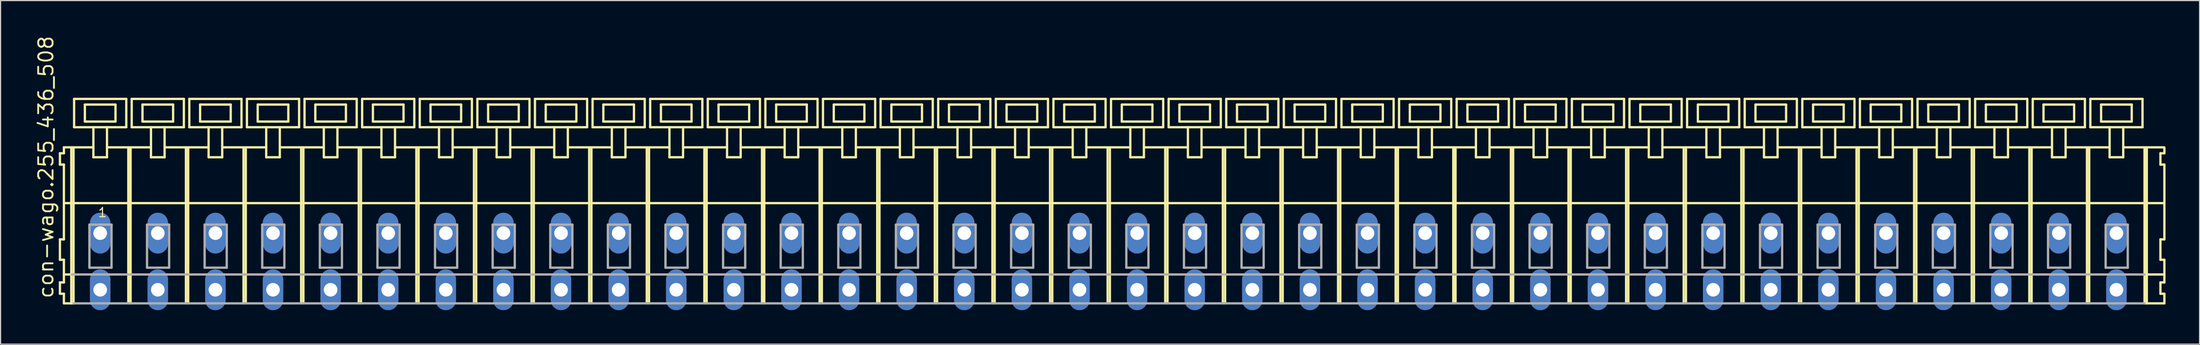
<source format=kicad_pcb>
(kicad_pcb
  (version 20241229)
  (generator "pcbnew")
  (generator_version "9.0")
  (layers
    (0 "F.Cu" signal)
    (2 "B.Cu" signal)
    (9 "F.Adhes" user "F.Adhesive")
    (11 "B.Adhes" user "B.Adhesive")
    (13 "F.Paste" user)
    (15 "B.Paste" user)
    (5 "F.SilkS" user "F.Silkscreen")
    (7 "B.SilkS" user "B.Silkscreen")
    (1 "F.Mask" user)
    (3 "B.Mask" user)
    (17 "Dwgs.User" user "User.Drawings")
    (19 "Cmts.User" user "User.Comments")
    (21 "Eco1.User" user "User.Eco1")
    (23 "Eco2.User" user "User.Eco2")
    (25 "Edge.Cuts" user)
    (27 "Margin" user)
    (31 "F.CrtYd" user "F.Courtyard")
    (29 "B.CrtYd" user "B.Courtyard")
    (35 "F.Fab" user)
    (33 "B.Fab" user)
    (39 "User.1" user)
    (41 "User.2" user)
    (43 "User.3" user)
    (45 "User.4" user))
  (footprint "con-wago.255_436_508"
    (layer "F.Cu")
    (at 94.685 17.533)
    (property "Reference" "con-wago.255_436_508" (at -92.935 5.855 90) (layer "F.SilkS") (effects (font (size 1.27 1.27) (thickness 0.16)) (justify left bottom)))
    (attr through_hole)
    (fp_line (start -92.45 -7.05) (end -92.45 -6.05) (stroke (width 0.203) (type default)) (layer "F.SilkS"))
    (fp_line (start -92.45 -6.05) (end -92.1 -6.05) (stroke (width 0.203) (type default)) (layer "F.SilkS"))
    (fp_line (start -92.45 0.55) (end -92.45 2.35) (stroke (width 0.203) (type default)) (layer "F.SilkS"))
    (fp_line (start -92.45 2.35) (end -92.1 2.35) (stroke (width 0.203) (type default)) (layer "F.SilkS"))
    (fp_line (start -92.45 4.35) (end -92.45 5.35) (stroke (width 0.203) (type default)) (layer "F.SilkS"))
    (fp_line (start -92.45 5.35) (end -92.1 5.35) (stroke (width 0.203) (type default)) (layer "F.SilkS"))
    (fp_line (start -92.1 -7.575) (end -92.1 -7.05) (stroke (width 0.203) (type default)) (layer "F.SilkS"))
    (fp_line (start -92.1 -7.575) (end -89.525 -7.575) (stroke (width 0.203) (type default)) (layer "F.SilkS"))
    (fp_line (start -92.1 -7.05) (end -92.45 -7.05) (stroke (width 0.203) (type default)) (layer "F.SilkS"))
    (fp_line (start -92.1 -6.05) (end -92.1 0.55) (stroke (width 0.203) (type default)) (layer "F.SilkS"))
    (fp_line (start -92.1 0.55) (end -92.45 0.55) (stroke (width 0.203) (type default)) (layer "F.SilkS"))
    (fp_line (start -92.1 2.35) (end -92.1 4.35) (stroke (width 0.203) (type default)) (layer "F.SilkS"))
    (fp_line (start -92.1 3.65) (end -91.4 3.65) (stroke (width 0.203) (type default)) (layer "F.SilkS"))
    (fp_line (start -92.1 4.35) (end -92.45 4.35) (stroke (width 0.203) (type default)) (layer "F.SilkS"))
    (fp_line (start -92.1 5.35) (end -92.1 6.2) (stroke (width 0.203) (type default)) (layer "F.SilkS"))
    (fp_line (start -92.1 6.2) (end -91.45 6.2) (stroke (width 0.203) (type default)) (layer "F.SilkS"))
    (fp_line (start -92.05 -2.65) (end 91.38 -2.65) (stroke (width 0.203) (type default)) (layer "F.SilkS"))
    (fp_line (start -91.45 -7.55) (end -91.45 6.2) (stroke (width 0.203) (type default)) (layer "F.SilkS"))
    (fp_line (start -91.45 6.2) (end -91.25 6.2) (stroke (width 0.203) (type default)) (layer "F.SilkS"))
    (fp_line (start -91.25 -7.55) (end -91.25 6.2) (stroke (width 0.203) (type default)) (layer "F.SilkS"))
    (fp_line (start -91.2 -11.85) (end -91.2 -9.35) (stroke (width 0.203) (type default)) (layer "F.SilkS"))
    (fp_line (start -91.2 -9.35) (end -89.5 -9.35) (stroke (width 0.203) (type default)) (layer "F.SilkS"))
    (fp_line (start -90.25 -11.35) (end -90.25 -9.85) (stroke (width 0.203) (type default)) (layer "F.SilkS"))
    (fp_line (start -90.25 -9.85) (end -87.55 -9.85) (stroke (width 0.203) (type default)) (layer "F.SilkS"))
    (fp_line (start -89.5 -9.35) (end -89.5 -6.7) (stroke (width 0.203) (type default)) (layer "F.SilkS"))
    (fp_line (start -89.5 -9.35) (end -88.3 -9.35) (stroke (width 0.203) (type default)) (layer "F.SilkS"))
    (fp_line (start -89.5 -6.7) (end -88.3 -6.7) (stroke (width 0.203) (type default)) (layer "F.SilkS"))
    (fp_line (start -88.3 -9.35) (end -86.6 -9.35) (stroke (width 0.203) (type default)) (layer "F.SilkS"))
    (fp_line (start -88.3 -6.7) (end -88.3 -9.35) (stroke (width 0.203) (type default)) (layer "F.SilkS"))
    (fp_line (start -88.275 -7.575) (end -84.441 -7.575) (stroke (width 0.203) (type default)) (layer "F.SilkS"))
    (fp_line (start -87.55 -11.35) (end -90.25 -11.35) (stroke (width 0.203) (type default)) (layer "F.SilkS"))
    (fp_line (start -87.55 -9.85) (end -87.55 -11.35) (stroke (width 0.203) (type default)) (layer "F.SilkS"))
    (fp_line (start -86.6 -11.85) (end -91.2 -11.85) (stroke (width 0.203) (type default)) (layer "F.SilkS"))
    (fp_line (start -86.6 -9.35) (end -86.6 -11.85) (stroke (width 0.203) (type default)) (layer "F.SilkS"))
    (fp_line (start -86.42 -7.55) (end -86.42 6.2) (stroke (width 0.203) (type default)) (layer "F.SilkS"))
    (fp_line (start -86.22 -7.55) (end -86.22 6.2) (stroke (width 0.203) (type default)) (layer "F.SilkS"))
    (fp_line (start -86.12 -11.85) (end -86.12 -9.35) (stroke (width 0.203) (type default)) (layer "F.SilkS"))
    (fp_line (start -86.12 -9.35) (end -84.42 -9.35) (stroke (width 0.203) (type default)) (layer "F.SilkS"))
    (fp_line (start -85.17 -11.35) (end -85.17 -9.85) (stroke (width 0.203) (type default)) (layer "F.SilkS"))
    (fp_line (start -85.17 -9.85) (end -82.47 -9.85) (stroke (width 0.203) (type default)) (layer "F.SilkS"))
    (fp_line (start -84.42 -9.35) (end -84.42 -6.7) (stroke (width 0.203) (type default)) (layer "F.SilkS"))
    (fp_line (start -84.42 -9.35) (end -83.22 -9.35) (stroke (width 0.203) (type default)) (layer "F.SilkS"))
    (fp_line (start -84.42 -6.7) (end -83.22 -6.7) (stroke (width 0.203) (type default)) (layer "F.SilkS"))
    (fp_line (start -83.22 -9.35) (end -81.52 -9.35) (stroke (width 0.203) (type default)) (layer "F.SilkS"))
    (fp_line (start -83.22 -6.7) (end -83.22 -9.35) (stroke (width 0.203) (type default)) (layer "F.SilkS"))
    (fp_line (start -83.195 -7.575) (end -79.35 -7.575) (stroke (width 0.203) (type default)) (layer "F.SilkS"))
    (fp_line (start -82.47 -11.35) (end -85.17 -11.35) (stroke (width 0.203) (type default)) (layer "F.SilkS"))
    (fp_line (start -82.47 -9.85) (end -82.47 -11.35) (stroke (width 0.203) (type default)) (layer "F.SilkS"))
    (fp_line (start -81.52 -11.85) (end -86.12 -11.85) (stroke (width 0.203) (type default)) (layer "F.SilkS"))
    (fp_line (start -81.52 -9.35) (end -81.52 -11.85) (stroke (width 0.203) (type default)) (layer "F.SilkS"))
    (fp_line (start -81.34 -7.55) (end -81.34 6.2) (stroke (width 0.203) (type default)) (layer "F.SilkS"))
    (fp_line (start -81.14 -7.55) (end -81.14 6.2) (stroke (width 0.203) (type default)) (layer "F.SilkS"))
    (fp_line (start -81.04 -11.85) (end -81.04 -9.35) (stroke (width 0.203) (type default)) (layer "F.SilkS"))
    (fp_line (start -81.04 -9.35) (end -79.34 -9.35) (stroke (width 0.203) (type default)) (layer "F.SilkS"))
    (fp_line (start -80.09 -11.35) (end -80.09 -9.85) (stroke (width 0.203) (type default)) (layer "F.SilkS"))
    (fp_line (start -80.09 -9.85) (end -77.39 -9.85) (stroke (width 0.203) (type default)) (layer "F.SilkS"))
    (fp_line (start -79.34 -9.35) (end -79.34 -6.7) (stroke (width 0.203) (type default)) (layer "F.SilkS"))
    (fp_line (start -79.34 -9.35) (end -78.14 -9.35) (stroke (width 0.203) (type default)) (layer "F.SilkS"))
    (fp_line (start -79.34 -6.7) (end -78.14 -6.7) (stroke (width 0.203) (type default)) (layer "F.SilkS"))
    (fp_line (start -78.14 -9.35) (end -76.44 -9.35) (stroke (width 0.203) (type default)) (layer "F.SilkS"))
    (fp_line (start -78.14 -6.7) (end -78.14 -9.35) (stroke (width 0.203) (type default)) (layer "F.SilkS"))
    (fp_line (start -78.115 -7.575) (end -74.27 -7.575) (stroke (width 0.203) (type default)) (layer "F.SilkS"))
    (fp_line (start -77.39 -11.35) (end -80.09 -11.35) (stroke (width 0.203) (type default)) (layer "F.SilkS"))
    (fp_line (start -77.39 -9.85) (end -77.39 -11.35) (stroke (width 0.203) (type default)) (layer "F.SilkS"))
    (fp_line (start -76.44 -11.85) (end -81.04 -11.85) (stroke (width 0.203) (type default)) (layer "F.SilkS"))
    (fp_line (start -76.44 -9.35) (end -76.44 -11.85) (stroke (width 0.203) (type default)) (layer "F.SilkS"))
    (fp_line (start -76.26 -7.55) (end -76.26 6.2) (stroke (width 0.203) (type default)) (layer "F.SilkS"))
    (fp_line (start -76.06 -7.55) (end -76.06 6.2) (stroke (width 0.203) (type default)) (layer "F.SilkS"))
    (fp_line (start -75.96 -11.85) (end -75.96 -9.35) (stroke (width 0.203) (type default)) (layer "F.SilkS"))
    (fp_line (start -75.96 -9.35) (end -74.26 -9.35) (stroke (width 0.203) (type default)) (layer "F.SilkS"))
    (fp_line (start -75.01 -11.35) (end -75.01 -9.85) (stroke (width 0.203) (type default)) (layer "F.SilkS"))
    (fp_line (start -75.01 -9.85) (end -72.31 -9.85) (stroke (width 0.203) (type default)) (layer "F.SilkS"))
    (fp_line (start -74.26 -9.35) (end -74.26 -6.7) (stroke (width 0.203) (type default)) (layer "F.SilkS"))
    (fp_line (start -74.26 -9.35) (end -73.06 -9.35) (stroke (width 0.203) (type default)) (layer "F.SilkS"))
    (fp_line (start -74.26 -6.7) (end -73.06 -6.7) (stroke (width 0.203) (type default)) (layer "F.SilkS"))
    (fp_line (start -73.06 -9.35) (end -71.36 -9.35) (stroke (width 0.203) (type default)) (layer "F.SilkS"))
    (fp_line (start -73.06 -6.7) (end -73.06 -9.35) (stroke (width 0.203) (type default)) (layer "F.SilkS"))
    (fp_line (start -73.035 -7.575) (end -69.19 -7.575) (stroke (width 0.203) (type default)) (layer "F.SilkS"))
    (fp_line (start -72.31 -11.35) (end -75.01 -11.35) (stroke (width 0.203) (type default)) (layer "F.SilkS"))
    (fp_line (start -72.31 -9.85) (end -72.31 -11.35) (stroke (width 0.203) (type default)) (layer "F.SilkS"))
    (fp_line (start -71.36 -11.85) (end -75.96 -11.85) (stroke (width 0.203) (type default)) (layer "F.SilkS"))
    (fp_line (start -71.36 -9.35) (end -71.36 -11.85) (stroke (width 0.203) (type default)) (layer "F.SilkS"))
    (fp_line (start -71.18 -7.55) (end -71.18 6.2) (stroke (width 0.203) (type default)) (layer "F.SilkS"))
    (fp_line (start -70.98 -7.55) (end -70.98 6.2) (stroke (width 0.203) (type default)) (layer "F.SilkS"))
    (fp_line (start -70.88 -11.85) (end -70.88 -9.35) (stroke (width 0.203) (type default)) (layer "F.SilkS"))
    (fp_line (start -70.88 -9.35) (end -69.18 -9.35) (stroke (width 0.203) (type default)) (layer "F.SilkS"))
    (fp_line (start -69.93 -11.35) (end -69.93 -9.85) (stroke (width 0.203) (type default)) (layer "F.SilkS"))
    (fp_line (start -69.93 -9.85) (end -67.23 -9.85) (stroke (width 0.203) (type default)) (layer "F.SilkS"))
    (fp_line (start -69.18 -9.35) (end -69.18 -6.7) (stroke (width 0.203) (type default)) (layer "F.SilkS"))
    (fp_line (start -69.18 -9.35) (end -67.98 -9.35) (stroke (width 0.203) (type default)) (layer "F.SilkS"))
    (fp_line (start -69.18 -6.7) (end -67.98 -6.7) (stroke (width 0.203) (type default)) (layer "F.SilkS"))
    (fp_line (start -67.98 -9.35) (end -66.28 -9.35) (stroke (width 0.203) (type default)) (layer "F.SilkS"))
    (fp_line (start -67.98 -6.7) (end -67.98 -9.35) (stroke (width 0.203) (type default)) (layer "F.SilkS"))
    (fp_line (start -67.955 -7.575) (end -64.11 -7.575) (stroke (width 0.203) (type default)) (layer "F.SilkS"))
    (fp_line (start -67.23 -11.35) (end -69.93 -11.35) (stroke (width 0.203) (type default)) (layer "F.SilkS"))
    (fp_line (start -67.23 -9.85) (end -67.23 -11.35) (stroke (width 0.203) (type default)) (layer "F.SilkS"))
    (fp_line (start -66.28 -11.85) (end -70.88 -11.85) (stroke (width 0.203) (type default)) (layer "F.SilkS"))
    (fp_line (start -66.28 -9.35) (end -66.28 -11.85) (stroke (width 0.203) (type default)) (layer "F.SilkS"))
    (fp_line (start -66.1 -7.55) (end -66.1 6.2) (stroke (width 0.203) (type default)) (layer "F.SilkS"))
    (fp_line (start -65.9 -7.55) (end -65.9 6.2) (stroke (width 0.203) (type default)) (layer "F.SilkS"))
    (fp_line (start -65.8 -11.85) (end -65.8 -9.35) (stroke (width 0.203) (type default)) (layer "F.SilkS"))
    (fp_line (start -65.8 -9.35) (end -64.1 -9.35) (stroke (width 0.203) (type default)) (layer "F.SilkS"))
    (fp_line (start -64.85 -11.35) (end -64.85 -9.85) (stroke (width 0.203) (type default)) (layer "F.SilkS"))
    (fp_line (start -64.85 -9.85) (end -62.15 -9.85) (stroke (width 0.203) (type default)) (layer "F.SilkS"))
    (fp_line (start -64.1 -9.35) (end -64.1 -6.7) (stroke (width 0.203) (type default)) (layer "F.SilkS"))
    (fp_line (start -64.1 -9.35) (end -62.9 -9.35) (stroke (width 0.203) (type default)) (layer "F.SilkS"))
    (fp_line (start -64.1 -6.7) (end -62.9 -6.7) (stroke (width 0.203) (type default)) (layer "F.SilkS"))
    (fp_line (start -62.9 -9.35) (end -61.2 -9.35) (stroke (width 0.203) (type default)) (layer "F.SilkS"))
    (fp_line (start -62.9 -6.7) (end -62.9 -9.35) (stroke (width 0.203) (type default)) (layer "F.SilkS"))
    (fp_line (start -62.875 -7.575) (end -59.03 -7.575) (stroke (width 0.203) (type default)) (layer "F.SilkS"))
    (fp_line (start -62.15 -11.35) (end -64.85 -11.35) (stroke (width 0.203) (type default)) (layer "F.SilkS"))
    (fp_line (start -62.15 -9.85) (end -62.15 -11.35) (stroke (width 0.203) (type default)) (layer "F.SilkS"))
    (fp_line (start -61.2 -11.85) (end -65.8 -11.85) (stroke (width 0.203) (type default)) (layer "F.SilkS"))
    (fp_line (start -61.2 -9.35) (end -61.2 -11.85) (stroke (width 0.203) (type default)) (layer "F.SilkS"))
    (fp_line (start -61.02 -7.55) (end -61.02 6.2) (stroke (width 0.203) (type default)) (layer "F.SilkS"))
    (fp_line (start -60.82 -7.55) (end -60.82 6.2) (stroke (width 0.203) (type default)) (layer "F.SilkS"))
    (fp_line (start -60.72 -11.85) (end -60.72 -9.35) (stroke (width 0.203) (type default)) (layer "F.SilkS"))
    (fp_line (start -60.72 -9.35) (end -59.02 -9.35) (stroke (width 0.203) (type default)) (layer "F.SilkS"))
    (fp_line (start -59.77 -11.35) (end -59.77 -9.85) (stroke (width 0.203) (type default)) (layer "F.SilkS"))
    (fp_line (start -59.77 -9.85) (end -57.07 -9.85) (stroke (width 0.203) (type default)) (layer "F.SilkS"))
    (fp_line (start -59.02 -9.35) (end -59.02 -6.7) (stroke (width 0.203) (type default)) (layer "F.SilkS"))
    (fp_line (start -59.02 -9.35) (end -57.82 -9.35) (stroke (width 0.203) (type default)) (layer "F.SilkS"))
    (fp_line (start -59.02 -6.7) (end -57.82 -6.7) (stroke (width 0.203) (type default)) (layer "F.SilkS"))
    (fp_line (start -57.82 -9.35) (end -56.12 -9.35) (stroke (width 0.203) (type default)) (layer "F.SilkS"))
    (fp_line (start -57.82 -6.7) (end -57.82 -9.35) (stroke (width 0.203) (type default)) (layer "F.SilkS"))
    (fp_line (start -57.795 -7.575) (end -53.95 -7.575) (stroke (width 0.203) (type default)) (layer "F.SilkS"))
    (fp_line (start -57.07 -11.35) (end -59.77 -11.35) (stroke (width 0.203) (type default)) (layer "F.SilkS"))
    (fp_line (start -57.07 -9.85) (end -57.07 -11.35) (stroke (width 0.203) (type default)) (layer "F.SilkS"))
    (fp_line (start -56.12 -11.85) (end -60.72 -11.85) (stroke (width 0.203) (type default)) (layer "F.SilkS"))
    (fp_line (start -56.12 -9.35) (end -56.12 -11.85) (stroke (width 0.203) (type default)) (layer "F.SilkS"))
    (fp_line (start -55.94 -7.55) (end -55.94 6.2) (stroke (width 0.203) (type default)) (layer "F.SilkS"))
    (fp_line (start -55.74 -7.55) (end -55.74 6.2) (stroke (width 0.203) (type default)) (layer "F.SilkS"))
    (fp_line (start -55.64 -11.85) (end -55.64 -9.35) (stroke (width 0.203) (type default)) (layer "F.SilkS"))
    (fp_line (start -55.64 -9.35) (end -53.94 -9.35) (stroke (width 0.203) (type default)) (layer "F.SilkS"))
    (fp_line (start -54.69 -11.35) (end -54.69 -9.85) (stroke (width 0.203) (type default)) (layer "F.SilkS"))
    (fp_line (start -54.69 -9.85) (end -51.99 -9.85) (stroke (width 0.203) (type default)) (layer "F.SilkS"))
    (fp_line (start -53.94 -9.35) (end -53.94 -6.7) (stroke (width 0.203) (type default)) (layer "F.SilkS"))
    (fp_line (start -53.94 -9.35) (end -52.74 -9.35) (stroke (width 0.203) (type default)) (layer "F.SilkS"))
    (fp_line (start -53.94 -6.7) (end -52.74 -6.7) (stroke (width 0.203) (type default)) (layer "F.SilkS"))
    (fp_line (start -52.74 -9.35) (end -51.04 -9.35) (stroke (width 0.203) (type default)) (layer "F.SilkS"))
    (fp_line (start -52.74 -6.7) (end -52.74 -9.35) (stroke (width 0.203) (type default)) (layer "F.SilkS"))
    (fp_line (start -52.715 -7.575) (end -48.87 -7.575) (stroke (width 0.203) (type default)) (layer "F.SilkS"))
    (fp_line (start -51.99 -11.35) (end -54.69 -11.35) (stroke (width 0.203) (type default)) (layer "F.SilkS"))
    (fp_line (start -51.99 -9.85) (end -51.99 -11.35) (stroke (width 0.203) (type default)) (layer "F.SilkS"))
    (fp_line (start -51.04 -11.85) (end -55.64 -11.85) (stroke (width 0.203) (type default)) (layer "F.SilkS"))
    (fp_line (start -51.04 -9.35) (end -51.04 -11.85) (stroke (width 0.203) (type default)) (layer "F.SilkS"))
    (fp_line (start -50.86 -7.55) (end -50.86 6.2) (stroke (width 0.203) (type default)) (layer "F.SilkS"))
    (fp_line (start -50.66 -7.55) (end -50.66 6.2) (stroke (width 0.203) (type default)) (layer "F.SilkS"))
    (fp_line (start -50.56 -11.85) (end -50.56 -9.35) (stroke (width 0.203) (type default)) (layer "F.SilkS"))
    (fp_line (start -50.56 -9.35) (end -48.86 -9.35) (stroke (width 0.203) (type default)) (layer "F.SilkS"))
    (fp_line (start -49.61 -11.35) (end -49.61 -9.85) (stroke (width 0.203) (type default)) (layer "F.SilkS"))
    (fp_line (start -49.61 -9.85) (end -46.91 -9.85) (stroke (width 0.203) (type default)) (layer "F.SilkS"))
    (fp_line (start -48.86 -9.35) (end -48.86 -6.7) (stroke (width 0.203) (type default)) (layer "F.SilkS"))
    (fp_line (start -48.86 -9.35) (end -47.66 -9.35) (stroke (width 0.203) (type default)) (layer "F.SilkS"))
    (fp_line (start -48.86 -6.7) (end -47.66 -6.7) (stroke (width 0.203) (type default)) (layer "F.SilkS"))
    (fp_line (start -47.66 -9.35) (end -45.96 -9.35) (stroke (width 0.203) (type default)) (layer "F.SilkS"))
    (fp_line (start -47.66 -6.7) (end -47.66 -9.35) (stroke (width 0.203) (type default)) (layer "F.SilkS"))
    (fp_line (start -47.635 -7.575) (end -43.79 -7.575) (stroke (width 0.203) (type default)) (layer "F.SilkS"))
    (fp_line (start -46.91 -11.35) (end -49.61 -11.35) (stroke (width 0.203) (type default)) (layer "F.SilkS"))
    (fp_line (start -46.91 -9.85) (end -46.91 -11.35) (stroke (width 0.203) (type default)) (layer "F.SilkS"))
    (fp_line (start -45.96 -11.85) (end -50.56 -11.85) (stroke (width 0.203) (type default)) (layer "F.SilkS"))
    (fp_line (start -45.96 -9.35) (end -45.96 -11.85) (stroke (width 0.203) (type default)) (layer "F.SilkS"))
    (fp_line (start -45.78 -7.55) (end -45.78 6.2) (stroke (width 0.203) (type default)) (layer "F.SilkS"))
    (fp_line (start -45.58 -7.55) (end -45.58 6.2) (stroke (width 0.203) (type default)) (layer "F.SilkS"))
    (fp_line (start -45.48 -11.85) (end -45.48 -9.35) (stroke (width 0.203) (type default)) (layer "F.SilkS"))
    (fp_line (start -45.48 -9.35) (end -43.78 -9.35) (stroke (width 0.203) (type default)) (layer "F.SilkS"))
    (fp_line (start -44.53 -11.35) (end -44.53 -9.85) (stroke (width 0.203) (type default)) (layer "F.SilkS"))
    (fp_line (start -44.53 -9.85) (end -41.83 -9.85) (stroke (width 0.203) (type default)) (layer "F.SilkS"))
    (fp_line (start -43.78 -9.35) (end -43.78 -6.7) (stroke (width 0.203) (type default)) (layer "F.SilkS"))
    (fp_line (start -43.78 -9.35) (end -42.58 -9.35) (stroke (width 0.203) (type default)) (layer "F.SilkS"))
    (fp_line (start -43.78 -6.7) (end -42.58 -6.7) (stroke (width 0.203) (type default)) (layer "F.SilkS"))
    (fp_line (start -42.58 -9.35) (end -40.88 -9.35) (stroke (width 0.203) (type default)) (layer "F.SilkS"))
    (fp_line (start -42.58 -6.7) (end -42.58 -9.35) (stroke (width 0.203) (type default)) (layer "F.SilkS"))
    (fp_line (start -42.555 -7.575) (end -38.71 -7.575) (stroke (width 0.203) (type default)) (layer "F.SilkS"))
    (fp_line (start -41.83 -11.35) (end -44.53 -11.35) (stroke (width 0.203) (type default)) (layer "F.SilkS"))
    (fp_line (start -41.83 -9.85) (end -41.83 -11.35) (stroke (width 0.203) (type default)) (layer "F.SilkS"))
    (fp_line (start -40.88 -11.85) (end -45.48 -11.85) (stroke (width 0.203) (type default)) (layer "F.SilkS"))
    (fp_line (start -40.88 -9.35) (end -40.88 -11.85) (stroke (width 0.203) (type default)) (layer "F.SilkS"))
    (fp_line (start -40.7 -7.55) (end -40.7 6.2) (stroke (width 0.203) (type default)) (layer "F.SilkS"))
    (fp_line (start -40.5 -7.55) (end -40.5 6.2) (stroke (width 0.203) (type default)) (layer "F.SilkS"))
    (fp_line (start -40.4 -11.85) (end -40.4 -9.35) (stroke (width 0.203) (type default)) (layer "F.SilkS"))
    (fp_line (start -40.4 -9.35) (end -38.7 -9.35) (stroke (width 0.203) (type default)) (layer "F.SilkS"))
    (fp_line (start -39.45 -11.35) (end -39.45 -9.85) (stroke (width 0.203) (type default)) (layer "F.SilkS"))
    (fp_line (start -39.45 -9.85) (end -36.75 -9.85) (stroke (width 0.203) (type default)) (layer "F.SilkS"))
    (fp_line (start -38.7 -9.35) (end -38.7 -6.7) (stroke (width 0.203) (type default)) (layer "F.SilkS"))
    (fp_line (start -38.7 -9.35) (end -37.5 -9.35) (stroke (width 0.203) (type default)) (layer "F.SilkS"))
    (fp_line (start -38.7 -6.7) (end -37.5 -6.7) (stroke (width 0.203) (type default)) (layer "F.SilkS"))
    (fp_line (start -37.5 -9.35) (end -35.8 -9.35) (stroke (width 0.203) (type default)) (layer "F.SilkS"))
    (fp_line (start -37.5 -6.7) (end -37.5 -9.35) (stroke (width 0.203) (type default)) (layer "F.SilkS"))
    (fp_line (start -37.475 -7.575) (end -33.63 -7.575) (stroke (width 0.203) (type default)) (layer "F.SilkS"))
    (fp_line (start -36.75 -11.35) (end -39.45 -11.35) (stroke (width 0.203) (type default)) (layer "F.SilkS"))
    (fp_line (start -36.75 -9.85) (end -36.75 -11.35) (stroke (width 0.203) (type default)) (layer "F.SilkS"))
    (fp_line (start -35.8 -11.85) (end -40.4 -11.85) (stroke (width 0.203) (type default)) (layer "F.SilkS"))
    (fp_line (start -35.8 -9.35) (end -35.8 -11.85) (stroke (width 0.203) (type default)) (layer "F.SilkS"))
    (fp_line (start -35.62 -7.55) (end -35.62 6.2) (stroke (width 0.203) (type default)) (layer "F.SilkS"))
    (fp_line (start -35.42 -7.55) (end -35.42 6.2) (stroke (width 0.203) (type default)) (layer "F.SilkS"))
    (fp_line (start -35.32 -11.85) (end -35.32 -9.35) (stroke (width 0.203) (type default)) (layer "F.SilkS"))
    (fp_line (start -35.32 -9.35) (end -33.62 -9.35) (stroke (width 0.203) (type default)) (layer "F.SilkS"))
    (fp_line (start -34.37 -11.35) (end -34.37 -9.85) (stroke (width 0.203) (type default)) (layer "F.SilkS"))
    (fp_line (start -34.37 -9.85) (end -31.67 -9.85) (stroke (width 0.203) (type default)) (layer "F.SilkS"))
    (fp_line (start -33.62 -9.35) (end -33.62 -6.7) (stroke (width 0.203) (type default)) (layer "F.SilkS"))
    (fp_line (start -33.62 -9.35) (end -32.42 -9.35) (stroke (width 0.203) (type default)) (layer "F.SilkS"))
    (fp_line (start -33.62 -6.7) (end -32.42 -6.7) (stroke (width 0.203) (type default)) (layer "F.SilkS"))
    (fp_line (start -32.42 -9.35) (end -30.72 -9.35) (stroke (width 0.203) (type default)) (layer "F.SilkS"))
    (fp_line (start -32.42 -6.7) (end -32.42 -9.35) (stroke (width 0.203) (type default)) (layer "F.SilkS"))
    (fp_line (start -32.395 -7.575) (end -28.55 -7.575) (stroke (width 0.203) (type default)) (layer "F.SilkS"))
    (fp_line (start -31.67 -11.35) (end -34.37 -11.35) (stroke (width 0.203) (type default)) (layer "F.SilkS"))
    (fp_line (start -31.67 -9.85) (end -31.67 -11.35) (stroke (width 0.203) (type default)) (layer "F.SilkS"))
    (fp_line (start -30.72 -11.85) (end -35.32 -11.85) (stroke (width 0.203) (type default)) (layer "F.SilkS"))
    (fp_line (start -30.72 -9.35) (end -30.72 -11.85) (stroke (width 0.203) (type default)) (layer "F.SilkS"))
    (fp_line (start -30.54 -7.55) (end -30.54 6.2) (stroke (width 0.203) (type default)) (layer "F.SilkS"))
    (fp_line (start -30.34 -7.55) (end -30.34 6.2) (stroke (width 0.203) (type default)) (layer "F.SilkS"))
    (fp_line (start -30.24 -11.85) (end -30.24 -9.35) (stroke (width 0.203) (type default)) (layer "F.SilkS"))
    (fp_line (start -30.24 -9.35) (end -28.54 -9.35) (stroke (width 0.203) (type default)) (layer "F.SilkS"))
    (fp_line (start -29.29 -11.35) (end -29.29 -9.85) (stroke (width 0.203) (type default)) (layer "F.SilkS"))
    (fp_line (start -29.29 -9.85) (end -26.59 -9.85) (stroke (width 0.203) (type default)) (layer "F.SilkS"))
    (fp_line (start -28.54 -9.35) (end -28.54 -6.7) (stroke (width 0.203) (type default)) (layer "F.SilkS"))
    (fp_line (start -28.54 -9.35) (end -27.34 -9.35) (stroke (width 0.203) (type default)) (layer "F.SilkS"))
    (fp_line (start -28.54 -6.7) (end -27.34 -6.7) (stroke (width 0.203) (type default)) (layer "F.SilkS"))
    (fp_line (start -27.34 -9.35) (end -25.64 -9.35) (stroke (width 0.203) (type default)) (layer "F.SilkS"))
    (fp_line (start -27.34 -6.7) (end -27.34 -9.35) (stroke (width 0.203) (type default)) (layer "F.SilkS"))
    (fp_line (start -27.315 -7.575) (end -23.47 -7.575) (stroke (width 0.203) (type default)) (layer "F.SilkS"))
    (fp_line (start -26.59 -11.35) (end -29.29 -11.35) (stroke (width 0.203) (type default)) (layer "F.SilkS"))
    (fp_line (start -26.59 -9.85) (end -26.59 -11.35) (stroke (width 0.203) (type default)) (layer "F.SilkS"))
    (fp_line (start -25.64 -11.85) (end -30.24 -11.85) (stroke (width 0.203) (type default)) (layer "F.SilkS"))
    (fp_line (start -25.64 -9.35) (end -25.64 -11.85) (stroke (width 0.203) (type default)) (layer "F.SilkS"))
    (fp_line (start -25.46 -7.55) (end -25.46 6.2) (stroke (width 0.203) (type default)) (layer "F.SilkS"))
    (fp_line (start -25.26 -7.55) (end -25.26 6.2) (stroke (width 0.203) (type default)) (layer "F.SilkS"))
    (fp_line (start -25.16 -11.85) (end -25.16 -9.35) (stroke (width 0.203) (type default)) (layer "F.SilkS"))
    (fp_line (start -25.16 -9.35) (end -23.46 -9.35) (stroke (width 0.203) (type default)) (layer "F.SilkS"))
    (fp_line (start -24.21 -11.35) (end -24.21 -9.85) (stroke (width 0.203) (type default)) (layer "F.SilkS"))
    (fp_line (start -24.21 -9.85) (end -21.51 -9.85) (stroke (width 0.203) (type default)) (layer "F.SilkS"))
    (fp_line (start -23.46 -9.35) (end -23.46 -6.7) (stroke (width 0.203) (type default)) (layer "F.SilkS"))
    (fp_line (start -23.46 -9.35) (end -22.26 -9.35) (stroke (width 0.203) (type default)) (layer "F.SilkS"))
    (fp_line (start -23.46 -6.7) (end -22.26 -6.7) (stroke (width 0.203) (type default)) (layer "F.SilkS"))
    (fp_line (start -22.26 -9.35) (end -20.56 -9.35) (stroke (width 0.203) (type default)) (layer "F.SilkS"))
    (fp_line (start -22.26 -6.7) (end -22.26 -9.35) (stroke (width 0.203) (type default)) (layer "F.SilkS"))
    (fp_line (start -22.235 -7.575) (end -18.39 -7.575) (stroke (width 0.203) (type default)) (layer "F.SilkS"))
    (fp_line (start -21.51 -11.35) (end -24.21 -11.35) (stroke (width 0.203) (type default)) (layer "F.SilkS"))
    (fp_line (start -21.51 -9.85) (end -21.51 -11.35) (stroke (width 0.203) (type default)) (layer "F.SilkS"))
    (fp_line (start -20.56 -11.85) (end -25.16 -11.85) (stroke (width 0.203) (type default)) (layer "F.SilkS"))
    (fp_line (start -20.56 -9.35) (end -20.56 -11.85) (stroke (width 0.203) (type default)) (layer "F.SilkS"))
    (fp_line (start -20.38 -7.55) (end -20.38 6.2) (stroke (width 0.203) (type default)) (layer "F.SilkS"))
    (fp_line (start -20.18 -7.55) (end -20.18 6.2) (stroke (width 0.203) (type default)) (layer "F.SilkS"))
    (fp_line (start -20.08 -11.85) (end -20.08 -9.35) (stroke (width 0.203) (type default)) (layer "F.SilkS"))
    (fp_line (start -20.08 -9.35) (end -18.38 -9.35) (stroke (width 0.203) (type default)) (layer "F.SilkS"))
    (fp_line (start -19.13 -11.35) (end -19.13 -9.85) (stroke (width 0.203) (type default)) (layer "F.SilkS"))
    (fp_line (start -19.13 -9.85) (end -16.43 -9.85) (stroke (width 0.203) (type default)) (layer "F.SilkS"))
    (fp_line (start -18.38 -9.35) (end -18.38 -6.7) (stroke (width 0.203) (type default)) (layer "F.SilkS"))
    (fp_line (start -18.38 -9.35) (end -17.18 -9.35) (stroke (width 0.203) (type default)) (layer "F.SilkS"))
    (fp_line (start -18.38 -6.7) (end -17.18 -6.7) (stroke (width 0.203) (type default)) (layer "F.SilkS"))
    (fp_line (start -17.18 -9.35) (end -15.48 -9.35) (stroke (width 0.203) (type default)) (layer "F.SilkS"))
    (fp_line (start -17.18 -6.7) (end -17.18 -9.35) (stroke (width 0.203) (type default)) (layer "F.SilkS"))
    (fp_line (start -17.155 -7.575) (end -13.31 -7.575) (stroke (width 0.203) (type default)) (layer "F.SilkS"))
    (fp_line (start -16.43 -11.35) (end -19.13 -11.35) (stroke (width 0.203) (type default)) (layer "F.SilkS"))
    (fp_line (start -16.43 -9.85) (end -16.43 -11.35) (stroke (width 0.203) (type default)) (layer "F.SilkS"))
    (fp_line (start -15.48 -11.85) (end -20.08 -11.85) (stroke (width 0.203) (type default)) (layer "F.SilkS"))
    (fp_line (start -15.48 -9.35) (end -15.48 -11.85) (stroke (width 0.203) (type default)) (layer "F.SilkS"))
    (fp_line (start -15.3 -7.55) (end -15.3 6.2) (stroke (width 0.203) (type default)) (layer "F.SilkS"))
    (fp_line (start -15.1 -7.55) (end -15.1 6.2) (stroke (width 0.203) (type default)) (layer "F.SilkS"))
    (fp_line (start -15 -11.85) (end -15 -9.35) (stroke (width 0.203) (type default)) (layer "F.SilkS"))
    (fp_line (start -15 -9.35) (end -13.3 -9.35) (stroke (width 0.203) (type default)) (layer "F.SilkS"))
    (fp_line (start -14.05 -11.35) (end -14.05 -9.85) (stroke (width 0.203) (type default)) (layer "F.SilkS"))
    (fp_line (start -14.05 -9.85) (end -11.35 -9.85) (stroke (width 0.203) (type default)) (layer "F.SilkS"))
    (fp_line (start -13.3 -9.35) (end -13.3 -6.7) (stroke (width 0.203) (type default)) (layer "F.SilkS"))
    (fp_line (start -13.3 -9.35) (end -12.1 -9.35) (stroke (width 0.203) (type default)) (layer "F.SilkS"))
    (fp_line (start -13.3 -6.7) (end -12.1 -6.7) (stroke (width 0.203) (type default)) (layer "F.SilkS"))
    (fp_line (start -12.1 -9.35) (end -10.4 -9.35) (stroke (width 0.203) (type default)) (layer "F.SilkS"))
    (fp_line (start -12.1 -6.7) (end -12.1 -9.35) (stroke (width 0.203) (type default)) (layer "F.SilkS"))
    (fp_line (start -12.075 -7.575) (end -8.241 -7.575) (stroke (width 0.203) (type default)) (layer "F.SilkS"))
    (fp_line (start -11.35 -11.35) (end -14.05 -11.35) (stroke (width 0.203) (type default)) (layer "F.SilkS"))
    (fp_line (start -11.35 -9.85) (end -11.35 -11.35) (stroke (width 0.203) (type default)) (layer "F.SilkS"))
    (fp_line (start -10.4 -11.85) (end -15 -11.85) (stroke (width 0.203) (type default)) (layer "F.SilkS"))
    (fp_line (start -10.4 -9.35) (end -10.4 -11.85) (stroke (width 0.203) (type default)) (layer "F.SilkS"))
    (fp_line (start -10.22 -7.55) (end -10.22 6.2) (stroke (width 0.203) (type default)) (layer "F.SilkS"))
    (fp_line (start -10.02 -7.55) (end -10.02 6.2) (stroke (width 0.203) (type default)) (layer "F.SilkS"))
    (fp_line (start -9.92 -11.85) (end -9.92 -9.35) (stroke (width 0.203) (type default)) (layer "F.SilkS"))
    (fp_line (start -9.92 -9.35) (end -8.22 -9.35) (stroke (width 0.203) (type default)) (layer "F.SilkS"))
    (fp_line (start -8.97 -11.35) (end -8.97 -9.85) (stroke (width 0.203) (type default)) (layer "F.SilkS"))
    (fp_line (start -8.97 -9.85) (end -6.27 -9.85) (stroke (width 0.203) (type default)) (layer "F.SilkS"))
    (fp_line (start -8.22 -9.35) (end -8.22 -6.7) (stroke (width 0.203) (type default)) (layer "F.SilkS"))
    (fp_line (start -8.22 -9.35) (end -7.02 -9.35) (stroke (width 0.203) (type default)) (layer "F.SilkS"))
    (fp_line (start -8.22 -6.7) (end -7.02 -6.7) (stroke (width 0.203) (type default)) (layer "F.SilkS"))
    (fp_line (start -7.02 -9.35) (end -5.32 -9.35) (stroke (width 0.203) (type default)) (layer "F.SilkS"))
    (fp_line (start -7.02 -6.7) (end -7.02 -9.35) (stroke (width 0.203) (type default)) (layer "F.SilkS"))
    (fp_line (start -6.995 -7.575) (end -3.15 -7.575) (stroke (width 0.203) (type default)) (layer "F.SilkS"))
    (fp_line (start -6.27 -11.35) (end -8.97 -11.35) (stroke (width 0.203) (type default)) (layer "F.SilkS"))
    (fp_line (start -6.27 -9.85) (end -6.27 -11.35) (stroke (width 0.203) (type default)) (layer "F.SilkS"))
    (fp_line (start -5.32 -11.85) (end -9.92 -11.85) (stroke (width 0.203) (type default)) (layer "F.SilkS"))
    (fp_line (start -5.32 -9.35) (end -5.32 -11.85) (stroke (width 0.203) (type default)) (layer "F.SilkS"))
    (fp_line (start -5.14 -7.55) (end -5.14 6.2) (stroke (width 0.203) (type default)) (layer "F.SilkS"))
    (fp_line (start -4.94 -7.55) (end -4.94 6.2) (stroke (width 0.203) (type default)) (layer "F.SilkS"))
    (fp_line (start -4.84 -11.85) (end -4.84 -9.35) (stroke (width 0.203) (type default)) (layer "F.SilkS"))
    (fp_line (start -4.84 -9.35) (end -3.14 -9.35) (stroke (width 0.203) (type default)) (layer "F.SilkS"))
    (fp_line (start -3.89 -11.35) (end -3.89 -9.85) (stroke (width 0.203) (type default)) (layer "F.SilkS"))
    (fp_line (start -3.89 -9.85) (end -1.19 -9.85) (stroke (width 0.203) (type default)) (layer "F.SilkS"))
    (fp_line (start -3.14 -9.35) (end -3.14 -6.7) (stroke (width 0.203) (type default)) (layer "F.SilkS"))
    (fp_line (start -3.14 -9.35) (end -1.94 -9.35) (stroke (width 0.203) (type default)) (layer "F.SilkS"))
    (fp_line (start -3.14 -6.7) (end -1.94 -6.7) (stroke (width 0.203) (type default)) (layer "F.SilkS"))
    (fp_line (start -1.94 -9.35) (end -0.24 -9.35) (stroke (width 0.203) (type default)) (layer "F.SilkS"))
    (fp_line (start -1.94 -6.7) (end -1.94 -9.35) (stroke (width 0.203) (type default)) (layer "F.SilkS"))
    (fp_line (start -1.915 -7.575) (end 1.93 -7.575) (stroke (width 0.203) (type default)) (layer "F.SilkS"))
    (fp_line (start -1.19 -11.35) (end -3.89 -11.35) (stroke (width 0.203) (type default)) (layer "F.SilkS"))
    (fp_line (start -1.19 -9.85) (end -1.19 -11.35) (stroke (width 0.203) (type default)) (layer "F.SilkS"))
    (fp_line (start -0.24 -11.85) (end -4.84 -11.85) (stroke (width 0.203) (type default)) (layer "F.SilkS"))
    (fp_line (start -0.24 -9.35) (end -0.24 -11.85) (stroke (width 0.203) (type default)) (layer "F.SilkS"))
    (fp_line (start -0.06 -7.55) (end -0.06 6.2) (stroke (width 0.203) (type default)) (layer "F.SilkS"))
    (fp_line (start 0.14 -7.55) (end 0.14 6.2) (stroke (width 0.203) (type default)) (layer "F.SilkS"))
    (fp_line (start 0.24 -11.85) (end 0.24 -9.35) (stroke (width 0.203) (type default)) (layer "F.SilkS"))
    (fp_line (start 0.24 -9.35) (end 1.94 -9.35) (stroke (width 0.203) (type default)) (layer "F.SilkS"))
    (fp_line (start 1.19 -11.35) (end 1.19 -9.85) (stroke (width 0.203) (type default)) (layer "F.SilkS"))
    (fp_line (start 1.19 -9.85) (end 3.89 -9.85) (stroke (width 0.203) (type default)) (layer "F.SilkS"))
    (fp_line (start 1.94 -9.35) (end 1.94 -6.7) (stroke (width 0.203) (type default)) (layer "F.SilkS"))
    (fp_line (start 1.94 -9.35) (end 3.14 -9.35) (stroke (width 0.203) (type default)) (layer "F.SilkS"))
    (fp_line (start 1.94 -6.7) (end 3.14 -6.7) (stroke (width 0.203) (type default)) (layer "F.SilkS"))
    (fp_line (start 3.14 -9.35) (end 4.84 -9.35) (stroke (width 0.203) (type default)) (layer "F.SilkS"))
    (fp_line (start 3.14 -6.7) (end 3.14 -9.35) (stroke (width 0.203) (type default)) (layer "F.SilkS"))
    (fp_line (start 3.165 -7.575) (end 7.01 -7.575) (stroke (width 0.203) (type default)) (layer "F.SilkS"))
    (fp_line (start 3.89 -11.35) (end 1.19 -11.35) (stroke (width 0.203) (type default)) (layer "F.SilkS"))
    (fp_line (start 3.89 -9.85) (end 3.89 -11.35) (stroke (width 0.203) (type default)) (layer "F.SilkS"))
    (fp_line (start 4.84 -11.85) (end 0.24 -11.85) (stroke (width 0.203) (type default)) (layer "F.SilkS"))
    (fp_line (start 4.84 -9.35) (end 4.84 -11.85) (stroke (width 0.203) (type default)) (layer "F.SilkS"))
    (fp_line (start 5.02 -7.55) (end 5.02 6.2) (stroke (width 0.203) (type default)) (layer "F.SilkS"))
    (fp_line (start 5.22 -7.55) (end 5.22 6.2) (stroke (width 0.203) (type default)) (layer "F.SilkS"))
    (fp_line (start 5.32 -11.85) (end 5.32 -9.35) (stroke (width 0.203) (type default)) (layer "F.SilkS"))
    (fp_line (start 5.32 -9.35) (end 7.02 -9.35) (stroke (width 0.203) (type default)) (layer "F.SilkS"))
    (fp_line (start 6.27 -11.35) (end 6.27 -9.85) (stroke (width 0.203) (type default)) (layer "F.SilkS"))
    (fp_line (start 6.27 -9.85) (end 8.97 -9.85) (stroke (width 0.203) (type default)) (layer "F.SilkS"))
    (fp_line (start 7.02 -9.35) (end 7.02 -6.7) (stroke (width 0.203) (type default)) (layer "F.SilkS"))
    (fp_line (start 7.02 -9.35) (end 8.22 -9.35) (stroke (width 0.203) (type default)) (layer "F.SilkS"))
    (fp_line (start 7.02 -6.7) (end 8.22 -6.7) (stroke (width 0.203) (type default)) (layer "F.SilkS"))
    (fp_line (start 8.22 -9.35) (end 9.92 -9.35) (stroke (width 0.203) (type default)) (layer "F.SilkS"))
    (fp_line (start 8.22 -6.7) (end 8.22 -9.35) (stroke (width 0.203) (type default)) (layer "F.SilkS"))
    (fp_line (start 8.245 -7.575) (end 12.09 -7.575) (stroke (width 0.203) (type default)) (layer "F.SilkS"))
    (fp_line (start 8.97 -11.35) (end 6.27 -11.35) (stroke (width 0.203) (type default)) (layer "F.SilkS"))
    (fp_line (start 8.97 -9.85) (end 8.97 -11.35) (stroke (width 0.203) (type default)) (layer "F.SilkS"))
    (fp_line (start 9.92 -11.85) (end 5.32 -11.85) (stroke (width 0.203) (type default)) (layer "F.SilkS"))
    (fp_line (start 9.92 -9.35) (end 9.92 -11.85) (stroke (width 0.203) (type default)) (layer "F.SilkS"))
    (fp_line (start 10.1 -7.55) (end 10.1 6.2) (stroke (width 0.203) (type default)) (layer "F.SilkS"))
    (fp_line (start 10.3 -7.55) (end 10.3 6.2) (stroke (width 0.203) (type default)) (layer "F.SilkS"))
    (fp_line (start 10.4 -11.85) (end 10.4 -9.35) (stroke (width 0.203) (type default)) (layer "F.SilkS"))
    (fp_line (start 10.4 -9.35) (end 12.1 -9.35) (stroke (width 0.203) (type default)) (layer "F.SilkS"))
    (fp_line (start 11.35 -11.35) (end 11.35 -9.85) (stroke (width 0.203) (type default)) (layer "F.SilkS"))
    (fp_line (start 11.35 -9.85) (end 14.05 -9.85) (stroke (width 0.203) (type default)) (layer "F.SilkS"))
    (fp_line (start 12.1 -9.35) (end 12.1 -6.7) (stroke (width 0.203) (type default)) (layer "F.SilkS"))
    (fp_line (start 12.1 -9.35) (end 13.3 -9.35) (stroke (width 0.203) (type default)) (layer "F.SilkS"))
    (fp_line (start 12.1 -6.7) (end 13.3 -6.7) (stroke (width 0.203) (type default)) (layer "F.SilkS"))
    (fp_line (start 13.3 -9.35) (end 15 -9.35) (stroke (width 0.203) (type default)) (layer "F.SilkS"))
    (fp_line (start 13.3 -6.7) (end 13.3 -9.35) (stroke (width 0.203) (type default)) (layer "F.SilkS"))
    (fp_line (start 13.325 -7.575) (end 17.17 -7.575) (stroke (width 0.203) (type default)) (layer "F.SilkS"))
    (fp_line (start 14.05 -11.35) (end 11.35 -11.35) (stroke (width 0.203) (type default)) (layer "F.SilkS"))
    (fp_line (start 14.05 -9.85) (end 14.05 -11.35) (stroke (width 0.203) (type default)) (layer "F.SilkS"))
    (fp_line (start 15 -11.85) (end 10.4 -11.85) (stroke (width 0.203) (type default)) (layer "F.SilkS"))
    (fp_line (start 15 -9.35) (end 15 -11.85) (stroke (width 0.203) (type default)) (layer "F.SilkS"))
    (fp_line (start 15.18 -7.55) (end 15.18 6.2) (stroke (width 0.203) (type default)) (layer "F.SilkS"))
    (fp_line (start 15.38 -7.55) (end 15.38 6.2) (stroke (width 0.203) (type default)) (layer "F.SilkS"))
    (fp_line (start 15.48 -11.85) (end 15.48 -9.35) (stroke (width 0.203) (type default)) (layer "F.SilkS"))
    (fp_line (start 15.48 -9.35) (end 17.18 -9.35) (stroke (width 0.203) (type default)) (layer "F.SilkS"))
    (fp_line (start 16.43 -11.35) (end 16.43 -9.85) (stroke (width 0.203) (type default)) (layer "F.SilkS"))
    (fp_line (start 16.43 -9.85) (end 19.13 -9.85) (stroke (width 0.203) (type default)) (layer "F.SilkS"))
    (fp_line (start 17.18 -9.35) (end 17.18 -6.7) (stroke (width 0.203) (type default)) (layer "F.SilkS"))
    (fp_line (start 17.18 -9.35) (end 18.38 -9.35) (stroke (width 0.203) (type default)) (layer "F.SilkS"))
    (fp_line (start 17.18 -6.7) (end 18.38 -6.7) (stroke (width 0.203) (type default)) (layer "F.SilkS"))
    (fp_line (start 18.38 -9.35) (end 20.08 -9.35) (stroke (width 0.203) (type default)) (layer "F.SilkS"))
    (fp_line (start 18.38 -6.7) (end 18.38 -9.35) (stroke (width 0.203) (type default)) (layer "F.SilkS"))
    (fp_line (start 18.405 -7.575) (end 22.25 -7.575) (stroke (width 0.203) (type default)) (layer "F.SilkS"))
    (fp_line (start 19.13 -11.35) (end 16.43 -11.35) (stroke (width 0.203) (type default)) (layer "F.SilkS"))
    (fp_line (start 19.13 -9.85) (end 19.13 -11.35) (stroke (width 0.203) (type default)) (layer "F.SilkS"))
    (fp_line (start 20.08 -11.85) (end 15.48 -11.85) (stroke (width 0.203) (type default)) (layer "F.SilkS"))
    (fp_line (start 20.08 -9.35) (end 20.08 -11.85) (stroke (width 0.203) (type default)) (layer "F.SilkS"))
    (fp_line (start 20.26 -7.55) (end 20.26 6.2) (stroke (width 0.203) (type default)) (layer "F.SilkS"))
    (fp_line (start 20.46 -7.55) (end 20.46 6.2) (stroke (width 0.203) (type default)) (layer "F.SilkS"))
    (fp_line (start 20.56 -11.85) (end 20.56 -9.35) (stroke (width 0.203) (type default)) (layer "F.SilkS"))
    (fp_line (start 20.56 -9.35) (end 22.26 -9.35) (stroke (width 0.203) (type default)) (layer "F.SilkS"))
    (fp_line (start 21.51 -11.35) (end 21.51 -9.85) (stroke (width 0.203) (type default)) (layer "F.SilkS"))
    (fp_line (start 21.51 -9.85) (end 24.21 -9.85) (stroke (width 0.203) (type default)) (layer "F.SilkS"))
    (fp_line (start 22.26 -9.35) (end 22.26 -6.7) (stroke (width 0.203) (type default)) (layer "F.SilkS"))
    (fp_line (start 22.26 -9.35) (end 23.46 -9.35) (stroke (width 0.203) (type default)) (layer "F.SilkS"))
    (fp_line (start 22.26 -6.7) (end 23.46 -6.7) (stroke (width 0.203) (type default)) (layer "F.SilkS"))
    (fp_line (start 23.46 -9.35) (end 25.16 -9.35) (stroke (width 0.203) (type default)) (layer "F.SilkS"))
    (fp_line (start 23.46 -6.7) (end 23.46 -9.35) (stroke (width 0.203) (type default)) (layer "F.SilkS"))
    (fp_line (start 23.485 -7.575) (end 27.33 -7.575) (stroke (width 0.203) (type default)) (layer "F.SilkS"))
    (fp_line (start 24.21 -11.35) (end 21.51 -11.35) (stroke (width 0.203) (type default)) (layer "F.SilkS"))
    (fp_line (start 24.21 -9.85) (end 24.21 -11.35) (stroke (width 0.203) (type default)) (layer "F.SilkS"))
    (fp_line (start 25.16 -11.85) (end 20.56 -11.85) (stroke (width 0.203) (type default)) (layer "F.SilkS"))
    (fp_line (start 25.16 -9.35) (end 25.16 -11.85) (stroke (width 0.203) (type default)) (layer "F.SilkS"))
    (fp_line (start 25.34 -7.55) (end 25.34 6.2) (stroke (width 0.203) (type default)) (layer "F.SilkS"))
    (fp_line (start 25.54 -7.55) (end 25.54 6.2) (stroke (width 0.203) (type default)) (layer "F.SilkS"))
    (fp_line (start 25.64 -11.85) (end 25.64 -9.35) (stroke (width 0.203) (type default)) (layer "F.SilkS"))
    (fp_line (start 25.64 -9.35) (end 27.34 -9.35) (stroke (width 0.203) (type default)) (layer "F.SilkS"))
    (fp_line (start 26.59 -11.35) (end 26.59 -9.85) (stroke (width 0.203) (type default)) (layer "F.SilkS"))
    (fp_line (start 26.59 -9.85) (end 29.29 -9.85) (stroke (width 0.203) (type default)) (layer "F.SilkS"))
    (fp_line (start 27.34 -9.35) (end 27.34 -6.7) (stroke (width 0.203) (type default)) (layer "F.SilkS"))
    (fp_line (start 27.34 -9.35) (end 28.54 -9.35) (stroke (width 0.203) (type default)) (layer "F.SilkS"))
    (fp_line (start 27.34 -6.7) (end 28.54 -6.7) (stroke (width 0.203) (type default)) (layer "F.SilkS"))
    (fp_line (start 28.54 -9.35) (end 30.24 -9.35) (stroke (width 0.203) (type default)) (layer "F.SilkS"))
    (fp_line (start 28.54 -6.7) (end 28.54 -9.35) (stroke (width 0.203) (type default)) (layer "F.SilkS"))
    (fp_line (start 28.565 -7.575) (end 32.399 -7.575) (stroke (width 0.203) (type default)) (layer "F.SilkS"))
    (fp_line (start 29.29 -11.35) (end 26.59 -11.35) (stroke (width 0.203) (type default)) (layer "F.SilkS"))
    (fp_line (start 29.29 -9.85) (end 29.29 -11.35) (stroke (width 0.203) (type default)) (layer "F.SilkS"))
    (fp_line (start 30.24 -11.85) (end 25.64 -11.85) (stroke (width 0.203) (type default)) (layer "F.SilkS"))
    (fp_line (start 30.24 -9.35) (end 30.24 -11.85) (stroke (width 0.203) (type default)) (layer "F.SilkS"))
    (fp_line (start 30.42 -7.55) (end 30.42 6.2) (stroke (width 0.203) (type default)) (layer "F.SilkS"))
    (fp_line (start 30.62 -7.55) (end 30.62 6.2) (stroke (width 0.203) (type default)) (layer "F.SilkS"))
    (fp_line (start 30.72 -11.85) (end 30.72 -9.35) (stroke (width 0.203) (type default)) (layer "F.SilkS"))
    (fp_line (start 30.72 -9.35) (end 32.42 -9.35) (stroke (width 0.203) (type default)) (layer "F.SilkS"))
    (fp_line (start 31.67 -11.35) (end 31.67 -9.85) (stroke (width 0.203) (type default)) (layer "F.SilkS"))
    (fp_line (start 31.67 -9.85) (end 34.37 -9.85) (stroke (width 0.203) (type default)) (layer "F.SilkS"))
    (fp_line (start 32.42 -9.35) (end 32.42 -6.7) (stroke (width 0.203) (type default)) (layer "F.SilkS"))
    (fp_line (start 32.42 -9.35) (end 33.62 -9.35) (stroke (width 0.203) (type default)) (layer "F.SilkS"))
    (fp_line (start 32.42 -6.7) (end 33.62 -6.7) (stroke (width 0.203) (type default)) (layer "F.SilkS"))
    (fp_line (start 33.62 -9.35) (end 35.32 -9.35) (stroke (width 0.203) (type default)) (layer "F.SilkS"))
    (fp_line (start 33.62 -6.7) (end 33.62 -9.35) (stroke (width 0.203) (type default)) (layer "F.SilkS"))
    (fp_line (start 33.645 -7.575) (end 37.49 -7.575) (stroke (width 0.203) (type default)) (layer "F.SilkS"))
    (fp_line (start 34.37 -11.35) (end 31.67 -11.35) (stroke (width 0.203) (type default)) (layer "F.SilkS"))
    (fp_line (start 34.37 -9.85) (end 34.37 -11.35) (stroke (width 0.203) (type default)) (layer "F.SilkS"))
    (fp_line (start 35.32 -11.85) (end 30.72 -11.85) (stroke (width 0.203) (type default)) (layer "F.SilkS"))
    (fp_line (start 35.32 -9.35) (end 35.32 -11.85) (stroke (width 0.203) (type default)) (layer "F.SilkS"))
    (fp_line (start 35.5 -7.55) (end 35.5 6.2) (stroke (width 0.203) (type default)) (layer "F.SilkS"))
    (fp_line (start 35.7 -7.55) (end 35.7 6.2) (stroke (width 0.203) (type default)) (layer "F.SilkS"))
    (fp_line (start 35.8 -11.85) (end 35.8 -9.35) (stroke (width 0.203) (type default)) (layer "F.SilkS"))
    (fp_line (start 35.8 -9.35) (end 37.5 -9.35) (stroke (width 0.203) (type default)) (layer "F.SilkS"))
    (fp_line (start 36.75 -11.35) (end 36.75 -9.85) (stroke (width 0.203) (type default)) (layer "F.SilkS"))
    (fp_line (start 36.75 -9.85) (end 39.45 -9.85) (stroke (width 0.203) (type default)) (layer "F.SilkS"))
    (fp_line (start 37.5 -9.35) (end 37.5 -6.7) (stroke (width 0.203) (type default)) (layer "F.SilkS"))
    (fp_line (start 37.5 -9.35) (end 38.7 -9.35) (stroke (width 0.203) (type default)) (layer "F.SilkS"))
    (fp_line (start 37.5 -6.7) (end 38.7 -6.7) (stroke (width 0.203) (type default)) (layer "F.SilkS"))
    (fp_line (start 38.7 -9.35) (end 40.4 -9.35) (stroke (width 0.203) (type default)) (layer "F.SilkS"))
    (fp_line (start 38.7 -6.7) (end 38.7 -9.35) (stroke (width 0.203) (type default)) (layer "F.SilkS"))
    (fp_line (start 38.725 -7.575) (end 42.57 -7.575) (stroke (width 0.203) (type default)) (layer "F.SilkS"))
    (fp_line (start 39.45 -11.35) (end 36.75 -11.35) (stroke (width 0.203) (type default)) (layer "F.SilkS"))
    (fp_line (start 39.45 -9.85) (end 39.45 -11.35) (stroke (width 0.203) (type default)) (layer "F.SilkS"))
    (fp_line (start 40.4 -11.85) (end 35.8 -11.85) (stroke (width 0.203) (type default)) (layer "F.SilkS"))
    (fp_line (start 40.4 -9.35) (end 40.4 -11.85) (stroke (width 0.203) (type default)) (layer "F.SilkS"))
    (fp_line (start 40.58 -7.55) (end 40.58 6.2) (stroke (width 0.203) (type default)) (layer "F.SilkS"))
    (fp_line (start 40.78 -7.55) (end 40.78 6.2) (stroke (width 0.203) (type default)) (layer "F.SilkS"))
    (fp_line (start 40.88 -11.85) (end 40.88 -9.35) (stroke (width 0.203) (type default)) (layer "F.SilkS"))
    (fp_line (start 40.88 -9.35) (end 42.58 -9.35) (stroke (width 0.203) (type default)) (layer "F.SilkS"))
    (fp_line (start 41.83 -11.35) (end 41.83 -9.85) (stroke (width 0.203) (type default)) (layer "F.SilkS"))
    (fp_line (start 41.83 -9.85) (end 44.53 -9.85) (stroke (width 0.203) (type default)) (layer "F.SilkS"))
    (fp_line (start 42.58 -9.35) (end 42.58 -6.7) (stroke (width 0.203) (type default)) (layer "F.SilkS"))
    (fp_line (start 42.58 -9.35) (end 43.78 -9.35) (stroke (width 0.203) (type default)) (layer "F.SilkS"))
    (fp_line (start 42.58 -6.7) (end 43.78 -6.7) (stroke (width 0.203) (type default)) (layer "F.SilkS"))
    (fp_line (start 43.78 -9.35) (end 45.48 -9.35) (stroke (width 0.203) (type default)) (layer "F.SilkS"))
    (fp_line (start 43.78 -6.7) (end 43.78 -9.35) (stroke (width 0.203) (type default)) (layer "F.SilkS"))
    (fp_line (start 43.805 -7.575) (end 47.65 -7.575) (stroke (width 0.203) (type default)) (layer "F.SilkS"))
    (fp_line (start 44.53 -11.35) (end 41.83 -11.35) (stroke (width 0.203) (type default)) (layer "F.SilkS"))
    (fp_line (start 44.53 -9.85) (end 44.53 -11.35) (stroke (width 0.203) (type default)) (layer "F.SilkS"))
    (fp_line (start 45.48 -11.85) (end 40.88 -11.85) (stroke (width 0.203) (type default)) (layer "F.SilkS"))
    (fp_line (start 45.48 -9.35) (end 45.48 -11.85) (stroke (width 0.203) (type default)) (layer "F.SilkS"))
    (fp_line (start 45.66 -7.55) (end 45.66 6.2) (stroke (width 0.203) (type default)) (layer "F.SilkS"))
    (fp_line (start 45.86 -7.55) (end 45.86 6.2) (stroke (width 0.203) (type default)) (layer "F.SilkS"))
    (fp_line (start 45.96 -11.85) (end 45.96 -9.35) (stroke (width 0.203) (type default)) (layer "F.SilkS"))
    (fp_line (start 45.96 -9.35) (end 47.66 -9.35) (stroke (width 0.203) (type default)) (layer "F.SilkS"))
    (fp_line (start 46.91 -11.35) (end 46.91 -9.85) (stroke (width 0.203) (type default)) (layer "F.SilkS"))
    (fp_line (start 46.91 -9.85) (end 49.61 -9.85) (stroke (width 0.203) (type default)) (layer "F.SilkS"))
    (fp_line (start 47.66 -9.35) (end 47.66 -6.7) (stroke (width 0.203) (type default)) (layer "F.SilkS"))
    (fp_line (start 47.66 -9.35) (end 48.86 -9.35) (stroke (width 0.203) (type default)) (layer "F.SilkS"))
    (fp_line (start 47.66 -6.7) (end 48.86 -6.7) (stroke (width 0.203) (type default)) (layer "F.SilkS"))
    (fp_line (start 48.86 -9.35) (end 50.56 -9.35) (stroke (width 0.203) (type default)) (layer "F.SilkS"))
    (fp_line (start 48.86 -6.7) (end 48.86 -9.35) (stroke (width 0.203) (type default)) (layer "F.SilkS"))
    (fp_line (start 48.885 -7.575) (end 52.73 -7.575) (stroke (width 0.203) (type default)) (layer "F.SilkS"))
    (fp_line (start 49.61 -11.35) (end 46.91 -11.35) (stroke (width 0.203) (type default)) (layer "F.SilkS"))
    (fp_line (start 49.61 -9.85) (end 49.61 -11.35) (stroke (width 0.203) (type default)) (layer "F.SilkS"))
    (fp_line (start 50.56 -11.85) (end 45.96 -11.85) (stroke (width 0.203) (type default)) (layer "F.SilkS"))
    (fp_line (start 50.56 -9.35) (end 50.56 -11.85) (stroke (width 0.203) (type default)) (layer "F.SilkS"))
    (fp_line (start 50.74 -7.55) (end 50.74 6.2) (stroke (width 0.203) (type default)) (layer "F.SilkS"))
    (fp_line (start 50.94 -7.55) (end 50.94 6.2) (stroke (width 0.203) (type default)) (layer "F.SilkS"))
    (fp_line (start 51.04 -11.85) (end 51.04 -9.35) (stroke (width 0.203) (type default)) (layer "F.SilkS"))
    (fp_line (start 51.04 -9.35) (end 52.74 -9.35) (stroke (width 0.203) (type default)) (layer "F.SilkS"))
    (fp_line (start 51.99 -11.35) (end 51.99 -9.85) (stroke (width 0.203) (type default)) (layer "F.SilkS"))
    (fp_line (start 51.99 -9.85) (end 54.69 -9.85) (stroke (width 0.203) (type default)) (layer "F.SilkS"))
    (fp_line (start 52.74 -9.35) (end 52.74 -6.7) (stroke (width 0.203) (type default)) (layer "F.SilkS"))
    (fp_line (start 52.74 -9.35) (end 53.94 -9.35) (stroke (width 0.203) (type default)) (layer "F.SilkS"))
    (fp_line (start 52.74 -6.7) (end 53.94 -6.7) (stroke (width 0.203) (type default)) (layer "F.SilkS"))
    (fp_line (start 53.94 -9.35) (end 55.64 -9.35) (stroke (width 0.203) (type default)) (layer "F.SilkS"))
    (fp_line (start 53.94 -6.7) (end 53.94 -9.35) (stroke (width 0.203) (type default)) (layer "F.SilkS"))
    (fp_line (start 53.965 -7.575) (end 57.81 -7.575) (stroke (width 0.203) (type default)) (layer "F.SilkS"))
    (fp_line (start 54.69 -11.35) (end 51.99 -11.35) (stroke (width 0.203) (type default)) (layer "F.SilkS"))
    (fp_line (start 54.69 -9.85) (end 54.69 -11.35) (stroke (width 0.203) (type default)) (layer "F.SilkS"))
    (fp_line (start 55.64 -11.85) (end 51.04 -11.85) (stroke (width 0.203) (type default)) (layer "F.SilkS"))
    (fp_line (start 55.64 -9.35) (end 55.64 -11.85) (stroke (width 0.203) (type default)) (layer "F.SilkS"))
    (fp_line (start 55.82 -7.55) (end 55.82 6.2) (stroke (width 0.203) (type default)) (layer "F.SilkS"))
    (fp_line (start 56.02 -7.55) (end 56.02 6.2) (stroke (width 0.203) (type default)) (layer "F.SilkS"))
    (fp_line (start 56.12 -11.85) (end 56.12 -9.35) (stroke (width 0.203) (type default)) (layer "F.SilkS"))
    (fp_line (start 56.12 -9.35) (end 57.82 -9.35) (stroke (width 0.203) (type default)) (layer "F.SilkS"))
    (fp_line (start 57.07 -11.35) (end 57.07 -9.85) (stroke (width 0.203) (type default)) (layer "F.SilkS"))
    (fp_line (start 57.07 -9.85) (end 59.77 -9.85) (stroke (width 0.203) (type default)) (layer "F.SilkS"))
    (fp_line (start 57.82 -9.35) (end 57.82 -6.7) (stroke (width 0.203) (type default)) (layer "F.SilkS"))
    (fp_line (start 57.82 -9.35) (end 59.02 -9.35) (stroke (width 0.203) (type default)) (layer "F.SilkS"))
    (fp_line (start 57.82 -6.7) (end 59.02 -6.7) (stroke (width 0.203) (type default)) (layer "F.SilkS"))
    (fp_line (start 59.02 -9.35) (end 60.72 -9.35) (stroke (width 0.203) (type default)) (layer "F.SilkS"))
    (fp_line (start 59.02 -6.7) (end 59.02 -9.35) (stroke (width 0.203) (type default)) (layer "F.SilkS"))
    (fp_line (start 59.045 -7.575) (end 62.89 -7.575) (stroke (width 0.203) (type default)) (layer "F.SilkS"))
    (fp_line (start 59.77 -11.35) (end 57.07 -11.35) (stroke (width 0.203) (type default)) (layer "F.SilkS"))
    (fp_line (start 59.77 -9.85) (end 59.77 -11.35) (stroke (width 0.203) (type default)) (layer "F.SilkS"))
    (fp_line (start 60.72 -11.85) (end 56.12 -11.85) (stroke (width 0.203) (type default)) (layer "F.SilkS"))
    (fp_line (start 60.72 -9.35) (end 60.72 -11.85) (stroke (width 0.203) (type default)) (layer "F.SilkS"))
    (fp_line (start 60.9 -7.55) (end 60.9 6.2) (stroke (width 0.203) (type default)) (layer "F.SilkS"))
    (fp_line (start 61.1 -7.55) (end 61.1 6.2) (stroke (width 0.203) (type default)) (layer "F.SilkS"))
    (fp_line (start 61.2 -11.85) (end 61.2 -9.35) (stroke (width 0.203) (type default)) (layer "F.SilkS"))
    (fp_line (start 61.2 -9.35) (end 62.9 -9.35) (stroke (width 0.203) (type default)) (layer "F.SilkS"))
    (fp_line (start 62.15 -11.35) (end 62.15 -9.85) (stroke (width 0.203) (type default)) (layer "F.SilkS"))
    (fp_line (start 62.15 -9.85) (end 64.85 -9.85) (stroke (width 0.203) (type default)) (layer "F.SilkS"))
    (fp_line (start 62.9 -9.35) (end 62.9 -6.7) (stroke (width 0.203) (type default)) (layer "F.SilkS"))
    (fp_line (start 62.9 -9.35) (end 64.1 -9.35) (stroke (width 0.203) (type default)) (layer "F.SilkS"))
    (fp_line (start 62.9 -6.7) (end 64.1 -6.7) (stroke (width 0.203) (type default)) (layer "F.SilkS"))
    (fp_line (start 64.1 -9.35) (end 65.8 -9.35) (stroke (width 0.203) (type default)) (layer "F.SilkS"))
    (fp_line (start 64.1 -6.7) (end 64.1 -9.35) (stroke (width 0.203) (type default)) (layer "F.SilkS"))
    (fp_line (start 64.125 -7.575) (end 67.97 -7.575) (stroke (width 0.203) (type default)) (layer "F.SilkS"))
    (fp_line (start 64.85 -11.35) (end 62.15 -11.35) (stroke (width 0.203) (type default)) (layer "F.SilkS"))
    (fp_line (start 64.85 -9.85) (end 64.85 -11.35) (stroke (width 0.203) (type default)) (layer "F.SilkS"))
    (fp_line (start 65.8 -11.85) (end 61.2 -11.85) (stroke (width 0.203) (type default)) (layer "F.SilkS"))
    (fp_line (start 65.8 -9.35) (end 65.8 -11.85) (stroke (width 0.203) (type default)) (layer "F.SilkS"))
    (fp_line (start 65.98 -7.55) (end 65.98 6.2) (stroke (width 0.203) (type default)) (layer "F.SilkS"))
    (fp_line (start 66.18 -7.55) (end 66.18 6.2) (stroke (width 0.203) (type default)) (layer "F.SilkS"))
    (fp_line (start 66.28 -11.85) (end 66.28 -9.35) (stroke (width 0.203) (type default)) (layer "F.SilkS"))
    (fp_line (start 66.28 -9.35) (end 67.98 -9.35) (stroke (width 0.203) (type default)) (layer "F.SilkS"))
    (fp_line (start 67.23 -11.35) (end 67.23 -9.85) (stroke (width 0.203) (type default)) (layer "F.SilkS"))
    (fp_line (start 67.23 -9.85) (end 69.93 -9.85) (stroke (width 0.203) (type default)) (layer "F.SilkS"))
    (fp_line (start 67.98 -9.35) (end 67.98 -6.7) (stroke (width 0.203) (type default)) (layer "F.SilkS"))
    (fp_line (start 67.98 -9.35) (end 69.18 -9.35) (stroke (width 0.203) (type default)) (layer "F.SilkS"))
    (fp_line (start 67.98 -6.7) (end 69.18 -6.7) (stroke (width 0.203) (type default)) (layer "F.SilkS"))
    (fp_line (start 69.18 -9.35) (end 70.88 -9.35) (stroke (width 0.203) (type default)) (layer "F.SilkS"))
    (fp_line (start 69.18 -6.7) (end 69.18 -9.35) (stroke (width 0.203) (type default)) (layer "F.SilkS"))
    (fp_line (start 69.205 -7.575) (end 73.05 -7.575) (stroke (width 0.203) (type default)) (layer "F.SilkS"))
    (fp_line (start 69.93 -11.35) (end 67.23 -11.35) (stroke (width 0.203) (type default)) (layer "F.SilkS"))
    (fp_line (start 69.93 -9.85) (end 69.93 -11.35) (stroke (width 0.203) (type default)) (layer "F.SilkS"))
    (fp_line (start 70.88 -11.85) (end 66.28 -11.85) (stroke (width 0.203) (type default)) (layer "F.SilkS"))
    (fp_line (start 70.88 -9.35) (end 70.88 -11.85) (stroke (width 0.203) (type default)) (layer "F.SilkS"))
    (fp_line (start 71.06 -7.55) (end 71.06 6.2) (stroke (width 0.203) (type default)) (layer "F.SilkS"))
    (fp_line (start 71.26 -7.55) (end 71.26 6.2) (stroke (width 0.203) (type default)) (layer "F.SilkS"))
    (fp_line (start 71.36 -11.85) (end 71.36 -9.35) (stroke (width 0.203) (type default)) (layer "F.SilkS"))
    (fp_line (start 71.36 -9.35) (end 73.06 -9.35) (stroke (width 0.203) (type default)) (layer "F.SilkS"))
    (fp_line (start 72.31 -11.35) (end 72.31 -9.85) (stroke (width 0.203) (type default)) (layer "F.SilkS"))
    (fp_line (start 72.31 -9.85) (end 75.01 -9.85) (stroke (width 0.203) (type default)) (layer "F.SilkS"))
    (fp_line (start 73.06 -9.35) (end 73.06 -6.7) (stroke (width 0.203) (type default)) (layer "F.SilkS"))
    (fp_line (start 73.06 -9.35) (end 74.26 -9.35) (stroke (width 0.203) (type default)) (layer "F.SilkS"))
    (fp_line (start 73.06 -6.7) (end 74.26 -6.7) (stroke (width 0.203) (type default)) (layer "F.SilkS"))
    (fp_line (start 74.26 -9.35) (end 75.96 -9.35) (stroke (width 0.203) (type default)) (layer "F.SilkS"))
    (fp_line (start 74.26 -6.7) (end 74.26 -9.35) (stroke (width 0.203) (type default)) (layer "F.SilkS"))
    (fp_line (start 74.285 -7.575) (end 78.13 -7.575) (stroke (width 0.203) (type default)) (layer "F.SilkS"))
    (fp_line (start 75.01 -11.35) (end 72.31 -11.35) (stroke (width 0.203) (type default)) (layer "F.SilkS"))
    (fp_line (start 75.01 -9.85) (end 75.01 -11.35) (stroke (width 0.203) (type default)) (layer "F.SilkS"))
    (fp_line (start 75.96 -11.85) (end 71.36 -11.85) (stroke (width 0.203) (type default)) (layer "F.SilkS"))
    (fp_line (start 75.96 -9.35) (end 75.96 -11.85) (stroke (width 0.203) (type default)) (layer "F.SilkS"))
    (fp_line (start 76.14 -7.55) (end 76.14 6.2) (stroke (width 0.203) (type default)) (layer "F.SilkS"))
    (fp_line (start 76.34 -7.55) (end 76.34 6.2) (stroke (width 0.203) (type default)) (layer "F.SilkS"))
    (fp_line (start 76.44 -11.85) (end 76.44 -9.35) (stroke (width 0.203) (type default)) (layer "F.SilkS"))
    (fp_line (start 76.44 -9.35) (end 78.14 -9.35) (stroke (width 0.203) (type default)) (layer "F.SilkS"))
    (fp_line (start 77.39 -11.35) (end 77.39 -9.85) (stroke (width 0.203) (type default)) (layer "F.SilkS"))
    (fp_line (start 77.39 -9.85) (end 80.09 -9.85) (stroke (width 0.203) (type default)) (layer "F.SilkS"))
    (fp_line (start 78.14 -9.35) (end 78.14 -6.7) (stroke (width 0.203) (type default)) (layer "F.SilkS"))
    (fp_line (start 78.14 -9.35) (end 79.34 -9.35) (stroke (width 0.203) (type default)) (layer "F.SilkS"))
    (fp_line (start 78.14 -6.7) (end 79.34 -6.7) (stroke (width 0.203) (type default)) (layer "F.SilkS"))
    (fp_line (start 79.34 -9.35) (end 81.04 -9.35) (stroke (width 0.203) (type default)) (layer "F.SilkS"))
    (fp_line (start 79.34 -6.7) (end 79.34 -9.35) (stroke (width 0.203) (type default)) (layer "F.SilkS"))
    (fp_line (start 79.365 -7.575) (end 83.21 -7.575) (stroke (width 0.203) (type default)) (layer "F.SilkS"))
    (fp_line (start 80.09 -11.35) (end 77.39 -11.35) (stroke (width 0.203) (type default)) (layer "F.SilkS"))
    (fp_line (start 80.09 -9.85) (end 80.09 -11.35) (stroke (width 0.203) (type default)) (layer "F.SilkS"))
    (fp_line (start 81.04 -11.85) (end 76.44 -11.85) (stroke (width 0.203) (type default)) (layer "F.SilkS"))
    (fp_line (start 81.04 -9.35) (end 81.04 -11.85) (stroke (width 0.203) (type default)) (layer "F.SilkS"))
    (fp_line (start 81.22 -7.55) (end 81.22 6.2) (stroke (width 0.203) (type default)) (layer "F.SilkS"))
    (fp_line (start 81.42 -7.55) (end 81.42 6.2) (stroke (width 0.203) (type default)) (layer "F.SilkS"))
    (fp_line (start 81.52 -11.85) (end 81.52 -9.35) (stroke (width 0.203) (type default)) (layer "F.SilkS"))
    (fp_line (start 81.52 -9.35) (end 83.22 -9.35) (stroke (width 0.203) (type default)) (layer "F.SilkS"))
    (fp_line (start 82.47 -11.35) (end 82.47 -9.85) (stroke (width 0.203) (type default)) (layer "F.SilkS"))
    (fp_line (start 82.47 -9.85) (end 85.17 -9.85) (stroke (width 0.203) (type default)) (layer "F.SilkS"))
    (fp_line (start 83.22 -9.35) (end 83.22 -6.7) (stroke (width 0.203) (type default)) (layer "F.SilkS"))
    (fp_line (start 83.22 -9.35) (end 84.42 -9.35) (stroke (width 0.203) (type default)) (layer "F.SilkS"))
    (fp_line (start 83.22 -6.7) (end 84.42 -6.7) (stroke (width 0.203) (type default)) (layer "F.SilkS"))
    (fp_line (start 84.42 -9.35) (end 86.12 -9.35) (stroke (width 0.203) (type default)) (layer "F.SilkS"))
    (fp_line (start 84.42 -6.7) (end 84.42 -9.35) (stroke (width 0.203) (type default)) (layer "F.SilkS"))
    (fp_line (start 84.445 -7.575) (end 88.29 -7.575) (stroke (width 0.203) (type default)) (layer "F.SilkS"))
    (fp_line (start 85.17 -11.35) (end 82.47 -11.35) (stroke (width 0.203) (type default)) (layer "F.SilkS"))
    (fp_line (start 85.17 -9.85) (end 85.17 -11.35) (stroke (width 0.203) (type default)) (layer "F.SilkS"))
    (fp_line (start 86.12 -11.85) (end 81.52 -11.85) (stroke (width 0.203) (type default)) (layer "F.SilkS"))
    (fp_line (start 86.12 -9.35) (end 86.12 -11.85) (stroke (width 0.203) (type default)) (layer "F.SilkS"))
    (fp_line (start 86.3 -7.55) (end 86.3 6.2) (stroke (width 0.203) (type default)) (layer "F.SilkS"))
    (fp_line (start 86.5 -7.55) (end 86.5 6.2) (stroke (width 0.203) (type default)) (layer "F.SilkS"))
    (fp_line (start 86.6 -11.85) (end 86.6 -9.35) (stroke (width 0.203) (type default)) (layer "F.SilkS"))
    (fp_line (start 86.6 -9.35) (end 88.3 -9.35) (stroke (width 0.203) (type default)) (layer "F.SilkS"))
    (fp_line (start 87.55 -11.35) (end 87.55 -9.85) (stroke (width 0.203) (type default)) (layer "F.SilkS"))
    (fp_line (start 87.55 -9.85) (end 90.25 -9.85) (stroke (width 0.203) (type default)) (layer "F.SilkS"))
    (fp_line (start 88.3 -9.35) (end 88.3 -6.7) (stroke (width 0.203) (type default)) (layer "F.SilkS"))
    (fp_line (start 88.3 -9.35) (end 89.5 -9.35) (stroke (width 0.203) (type default)) (layer "F.SilkS"))
    (fp_line (start 88.3 -6.7) (end 89.5 -6.7) (stroke (width 0.203) (type default)) (layer "F.SilkS"))
    (fp_line (start 89.5 -9.35) (end 91.2 -9.35) (stroke (width 0.203) (type default)) (layer "F.SilkS"))
    (fp_line (start 89.5 -6.7) (end 89.5 -9.35) (stroke (width 0.203) (type default)) (layer "F.SilkS"))
    (fp_line (start 89.51 -7.575) (end 93.105 -7.575) (stroke (width 0.203) (type default)) (layer "F.SilkS"))
    (fp_line (start 90.25 -11.35) (end 87.55 -11.35) (stroke (width 0.203) (type default)) (layer "F.SilkS"))
    (fp_line (start 90.25 -9.85) (end 90.25 -11.35) (stroke (width 0.203) (type default)) (layer "F.SilkS"))
    (fp_line (start 91.2 -11.85) (end 86.6 -11.85) (stroke (width 0.203) (type default)) (layer "F.SilkS"))
    (fp_line (start 91.2 -9.35) (end 91.2 -11.85) (stroke (width 0.203) (type default)) (layer "F.SilkS"))
    (fp_line (start 91.38 -7.55) (end 91.38 -2.65) (stroke (width 0.203) (type default)) (layer "F.SilkS"))
    (fp_line (start 91.38 -2.65) (end 91.38 6.2) (stroke (width 0.203) (type default)) (layer "F.SilkS"))
    (fp_line (start 91.38 -2.65) (end 93.08 -2.65) (stroke (width 0.203) (type default)) (layer "F.SilkS"))
    (fp_line (start 91.38 6.2) (end 93.13 6.2) (stroke (width 0.203) (type default)) (layer "F.SilkS"))
    (fp_line (start 91.43 3.65) (end 93.13 3.65) (stroke (width 0.203) (type default)) (layer "F.SilkS"))
    (fp_line (start 91.58 -7.55) (end 91.58 6.2) (stroke (width 0.203) (type default)) (layer "F.SilkS"))
    (fp_line (start 92.78 -7.05) (end 92.78 -6.05) (stroke (width 0.203) (type default)) (layer "F.SilkS"))
    (fp_line (start 92.78 -6.05) (end 93.13 -6.05) (stroke (width 0.203) (type default)) (layer "F.SilkS"))
    (fp_line (start 92.78 0.55) (end 92.78 2.35) (stroke (width 0.203) (type default)) (layer "F.SilkS"))
    (fp_line (start 92.78 2.35) (end 93.13 2.35) (stroke (width 0.203) (type default)) (layer "F.SilkS"))
    (fp_line (start 92.78 4.35) (end 92.78 5.35) (stroke (width 0.203) (type default)) (layer "F.SilkS"))
    (fp_line (start 92.78 5.35) (end 93.13 5.35) (stroke (width 0.203) (type default)) (layer "F.SilkS"))
    (fp_line (start 93.13 -7.05) (end 92.78 -7.05) (stroke (width 0.203) (type default)) (layer "F.SilkS"))
    (fp_line (start 93.13 -7.05) (end 93.13 -7.55) (stroke (width 0.203) (type default)) (layer "F.SilkS"))
    (fp_line (start 93.13 0.55) (end 92.78 0.55) (stroke (width 0.203) (type default)) (layer "F.SilkS"))
    (fp_line (start 93.13 0.55) (end 93.13 -6.05) (stroke (width 0.203) (type default)) (layer "F.SilkS"))
    (fp_line (start 93.13 3.65) (end 93.13 2.35) (stroke (width 0.203) (type default)) (layer "F.SilkS"))
    (fp_line (start 93.13 4.35) (end 92.78 4.35) (stroke (width 0.203) (type default)) (layer "F.SilkS"))
    (fp_line (start 93.13 4.35) (end 93.13 3.65) (stroke (width 0.203) (type default)) (layer "F.SilkS"))
    (fp_line (start 93.13 6.2) (end 93.13 5.35) (stroke (width 0.203) (type default)) (layer "F.SilkS"))
    (fp_line (start -91.4 3.65) (end 91.38 3.65) (stroke (width 0.203) (type default)) (layer "F.Fab"))
    (fp_line (start -91.25 6.2) (end 91.38 6.2) (stroke (width 0.203) (type default)) (layer "F.Fab"))
    (fp_line (start -89.85 -0.75) (end -89.85 3.05) (stroke (width 0.203) (type default)) (layer "F.Fab"))
    (fp_line (start -89.85 3.05) (end -87.9 3.05) (stroke (width 0.203) (type default)) (layer "F.Fab"))
    (fp_line (start -87.9 -0.75) (end -89.85 -0.75) (stroke (width 0.203) (type default)) (layer "F.Fab"))
    (fp_line (start -87.9 3.05) (end -87.9 -0.75) (stroke (width 0.203) (type default)) (layer "F.Fab"))
    (fp_line (start -84.77 -0.75) (end -84.77 3.05) (stroke (width 0.203) (type default)) (layer "F.Fab"))
    (fp_line (start -84.77 3.05) (end -82.82 3.05) (stroke (width 0.203) (type default)) (layer "F.Fab"))
    (fp_line (start -82.82 -0.75) (end -84.77 -0.75) (stroke (width 0.203) (type default)) (layer "F.Fab"))
    (fp_line (start -82.82 3.05) (end -82.82 -0.75) (stroke (width 0.203) (type default)) (layer "F.Fab"))
    (fp_line (start -79.69 -0.75) (end -79.69 3.05) (stroke (width 0.203) (type default)) (layer "F.Fab"))
    (fp_line (start -79.69 3.05) (end -77.74 3.05) (stroke (width 0.203) (type default)) (layer "F.Fab"))
    (fp_line (start -77.74 -0.75) (end -79.69 -0.75) (stroke (width 0.203) (type default)) (layer "F.Fab"))
    (fp_line (start -77.74 3.05) (end -77.74 -0.75) (stroke (width 0.203) (type default)) (layer "F.Fab"))
    (fp_line (start -74.61 -0.75) (end -74.61 3.05) (stroke (width 0.203) (type default)) (layer "F.Fab"))
    (fp_line (start -74.61 3.05) (end -72.66 3.05) (stroke (width 0.203) (type default)) (layer "F.Fab"))
    (fp_line (start -72.66 -0.75) (end -74.61 -0.75) (stroke (width 0.203) (type default)) (layer "F.Fab"))
    (fp_line (start -72.66 3.05) (end -72.66 -0.75) (stroke (width 0.203) (type default)) (layer "F.Fab"))
    (fp_line (start -69.53 -0.75) (end -69.53 3.05) (stroke (width 0.203) (type default)) (layer "F.Fab"))
    (fp_line (start -69.53 3.05) (end -67.58 3.05) (stroke (width 0.203) (type default)) (layer "F.Fab"))
    (fp_line (start -67.58 -0.75) (end -69.53 -0.75) (stroke (width 0.203) (type default)) (layer "F.Fab"))
    (fp_line (start -67.58 3.05) (end -67.58 -0.75) (stroke (width 0.203) (type default)) (layer "F.Fab"))
    (fp_line (start -64.45 -0.75) (end -64.45 3.05) (stroke (width 0.203) (type default)) (layer "F.Fab"))
    (fp_line (start -64.45 3.05) (end -62.5 3.05) (stroke (width 0.203) (type default)) (layer "F.Fab"))
    (fp_line (start -62.5 -0.75) (end -64.45 -0.75) (stroke (width 0.203) (type default)) (layer "F.Fab"))
    (fp_line (start -62.5 3.05) (end -62.5 -0.75) (stroke (width 0.203) (type default)) (layer "F.Fab"))
    (fp_line (start -59.37 -0.75) (end -59.37 3.05) (stroke (width 0.203) (type default)) (layer "F.Fab"))
    (fp_line (start -59.37 3.05) (end -57.42 3.05) (stroke (width 0.203) (type default)) (layer "F.Fab"))
    (fp_line (start -57.42 -0.75) (end -59.37 -0.75) (stroke (width 0.203) (type default)) (layer "F.Fab"))
    (fp_line (start -57.42 3.05) (end -57.42 -0.75) (stroke (width 0.203) (type default)) (layer "F.Fab"))
    (fp_line (start -54.29 -0.75) (end -54.29 3.05) (stroke (width 0.203) (type default)) (layer "F.Fab"))
    (fp_line (start -54.29 3.05) (end -52.34 3.05) (stroke (width 0.203) (type default)) (layer "F.Fab"))
    (fp_line (start -52.34 -0.75) (end -54.29 -0.75) (stroke (width 0.203) (type default)) (layer "F.Fab"))
    (fp_line (start -52.34 3.05) (end -52.34 -0.75) (stroke (width 0.203) (type default)) (layer "F.Fab"))
    (fp_line (start -49.21 -0.75) (end -49.21 3.05) (stroke (width 0.203) (type default)) (layer "F.Fab"))
    (fp_line (start -49.21 3.05) (end -47.26 3.05) (stroke (width 0.203) (type default)) (layer "F.Fab"))
    (fp_line (start -47.26 -0.75) (end -49.21 -0.75) (stroke (width 0.203) (type default)) (layer "F.Fab"))
    (fp_line (start -47.26 3.05) (end -47.26 -0.75) (stroke (width 0.203) (type default)) (layer "F.Fab"))
    (fp_line (start -44.13 -0.75) (end -44.13 3.05) (stroke (width 0.203) (type default)) (layer "F.Fab"))
    (fp_line (start -44.13 3.05) (end -42.18 3.05) (stroke (width 0.203) (type default)) (layer "F.Fab"))
    (fp_line (start -42.18 -0.75) (end -44.13 -0.75) (stroke (width 0.203) (type default)) (layer "F.Fab"))
    (fp_line (start -42.18 3.05) (end -42.18 -0.75) (stroke (width 0.203) (type default)) (layer "F.Fab"))
    (fp_line (start -39.05 -0.75) (end -39.05 3.05) (stroke (width 0.203) (type default)) (layer "F.Fab"))
    (fp_line (start -39.05 3.05) (end -37.1 3.05) (stroke (width 0.203) (type default)) (layer "F.Fab"))
    (fp_line (start -37.1 -0.75) (end -39.05 -0.75) (stroke (width 0.203) (type default)) (layer "F.Fab"))
    (fp_line (start -37.1 3.05) (end -37.1 -0.75) (stroke (width 0.203) (type default)) (layer "F.Fab"))
    (fp_line (start -33.97 -0.75) (end -33.97 3.05) (stroke (width 0.203) (type default)) (layer "F.Fab"))
    (fp_line (start -33.97 3.05) (end -32.02 3.05) (stroke (width 0.203) (type default)) (layer "F.Fab"))
    (fp_line (start -32.02 -0.75) (end -33.97 -0.75) (stroke (width 0.203) (type default)) (layer "F.Fab"))
    (fp_line (start -32.02 3.05) (end -32.02 -0.75) (stroke (width 0.203) (type default)) (layer "F.Fab"))
    (fp_line (start -28.89 -0.75) (end -28.89 3.05) (stroke (width 0.203) (type default)) (layer "F.Fab"))
    (fp_line (start -28.89 3.05) (end -26.94 3.05) (stroke (width 0.203) (type default)) (layer "F.Fab"))
    (fp_line (start -26.94 -0.75) (end -28.89 -0.75) (stroke (width 0.203) (type default)) (layer "F.Fab"))
    (fp_line (start -26.94 3.05) (end -26.94 -0.75) (stroke (width 0.203) (type default)) (layer "F.Fab"))
    (fp_line (start -23.81 -0.75) (end -23.81 3.05) (stroke (width 0.203) (type default)) (layer "F.Fab"))
    (fp_line (start -23.81 3.05) (end -21.86 3.05) (stroke (width 0.203) (type default)) (layer "F.Fab"))
    (fp_line (start -21.86 -0.75) (end -23.81 -0.75) (stroke (width 0.203) (type default)) (layer "F.Fab"))
    (fp_line (start -21.86 3.05) (end -21.86 -0.75) (stroke (width 0.203) (type default)) (layer "F.Fab"))
    (fp_line (start -18.73 -0.75) (end -18.73 3.05) (stroke (width 0.203) (type default)) (layer "F.Fab"))
    (fp_line (start -18.73 3.05) (end -16.78 3.05) (stroke (width 0.203) (type default)) (layer "F.Fab"))
    (fp_line (start -16.78 -0.75) (end -18.73 -0.75) (stroke (width 0.203) (type default)) (layer "F.Fab"))
    (fp_line (start -16.78 3.05) (end -16.78 -0.75) (stroke (width 0.203) (type default)) (layer "F.Fab"))
    (fp_line (start -13.65 -0.75) (end -13.65 3.05) (stroke (width 0.203) (type default)) (layer "F.Fab"))
    (fp_line (start -13.65 3.05) (end -11.7 3.05) (stroke (width 0.203) (type default)) (layer "F.Fab"))
    (fp_line (start -11.7 -0.75) (end -13.65 -0.75) (stroke (width 0.203) (type default)) (layer "F.Fab"))
    (fp_line (start -11.7 3.05) (end -11.7 -0.75) (stroke (width 0.203) (type default)) (layer "F.Fab"))
    (fp_line (start -8.57 -0.75) (end -8.57 3.05) (stroke (width 0.203) (type default)) (layer "F.Fab"))
    (fp_line (start -8.57 3.05) (end -6.62 3.05) (stroke (width 0.203) (type default)) (layer "F.Fab"))
    (fp_line (start -6.62 -0.75) (end -8.57 -0.75) (stroke (width 0.203) (type default)) (layer "F.Fab"))
    (fp_line (start -6.62 3.05) (end -6.62 -0.75) (stroke (width 0.203) (type default)) (layer "F.Fab"))
    (fp_line (start -3.49 -0.75) (end -3.49 3.05) (stroke (width 0.203) (type default)) (layer "F.Fab"))
    (fp_line (start -3.49 3.05) (end -1.54 3.05) (stroke (width 0.203) (type default)) (layer "F.Fab"))
    (fp_line (start -1.54 -0.75) (end -3.49 -0.75) (stroke (width 0.203) (type default)) (layer "F.Fab"))
    (fp_line (start -1.54 3.05) (end -1.54 -0.75) (stroke (width 0.203) (type default)) (layer "F.Fab"))
    (fp_line (start 1.59 -0.75) (end 1.59 3.05) (stroke (width 0.203) (type default)) (layer "F.Fab"))
    (fp_line (start 1.59 3.05) (end 3.54 3.05) (stroke (width 0.203) (type default)) (layer "F.Fab"))
    (fp_line (start 3.54 -0.75) (end 1.59 -0.75) (stroke (width 0.203) (type default)) (layer "F.Fab"))
    (fp_line (start 3.54 3.05) (end 3.54 -0.75) (stroke (width 0.203) (type default)) (layer "F.Fab"))
    (fp_line (start 6.67 -0.75) (end 6.67 3.05) (stroke (width 0.203) (type default)) (layer "F.Fab"))
    (fp_line (start 6.67 3.05) (end 8.62 3.05) (stroke (width 0.203) (type default)) (layer "F.Fab"))
    (fp_line (start 8.62 -0.75) (end 6.67 -0.75) (stroke (width 0.203) (type default)) (layer "F.Fab"))
    (fp_line (start 8.62 3.05) (end 8.62 -0.75) (stroke (width 0.203) (type default)) (layer "F.Fab"))
    (fp_line (start 11.75 -0.75) (end 11.75 3.05) (stroke (width 0.203) (type default)) (layer "F.Fab"))
    (fp_line (start 11.75 3.05) (end 13.7 3.05) (stroke (width 0.203) (type default)) (layer "F.Fab"))
    (fp_line (start 13.7 -0.75) (end 11.75 -0.75) (stroke (width 0.203) (type default)) (layer "F.Fab"))
    (fp_line (start 13.7 3.05) (end 13.7 -0.75) (stroke (width 0.203) (type default)) (layer "F.Fab"))
    (fp_line (start 16.83 -0.75) (end 16.83 3.05) (stroke (width 0.203) (type default)) (layer "F.Fab"))
    (fp_line (start 16.83 3.05) (end 18.78 3.05) (stroke (width 0.203) (type default)) (layer "F.Fab"))
    (fp_line (start 18.78 -0.75) (end 16.83 -0.75) (stroke (width 0.203) (type default)) (layer "F.Fab"))
    (fp_line (start 18.78 3.05) (end 18.78 -0.75) (stroke (width 0.203) (type default)) (layer "F.Fab"))
    (fp_line (start 21.91 -0.75) (end 21.91 3.05) (stroke (width 0.203) (type default)) (layer "F.Fab"))
    (fp_line (start 21.91 3.05) (end 23.86 3.05) (stroke (width 0.203) (type default)) (layer "F.Fab"))
    (fp_line (start 23.86 -0.75) (end 21.91 -0.75) (stroke (width 0.203) (type default)) (layer "F.Fab"))
    (fp_line (start 23.86 3.05) (end 23.86 -0.75) (stroke (width 0.203) (type default)) (layer "F.Fab"))
    (fp_line (start 26.99 -0.75) (end 26.99 3.05) (stroke (width 0.203) (type default)) (layer "F.Fab"))
    (fp_line (start 26.99 3.05) (end 28.94 3.05) (stroke (width 0.203) (type default)) (layer "F.Fab"))
    (fp_line (start 28.94 -0.75) (end 26.99 -0.75) (stroke (width 0.203) (type default)) (layer "F.Fab"))
    (fp_line (start 28.94 3.05) (end 28.94 -0.75) (stroke (width 0.203) (type default)) (layer "F.Fab"))
    (fp_line (start 32.07 -0.75) (end 32.07 3.05) (stroke (width 0.203) (type default)) (layer "F.Fab"))
    (fp_line (start 32.07 3.05) (end 34.02 3.05) (stroke (width 0.203) (type default)) (layer "F.Fab"))
    (fp_line (start 34.02 -0.75) (end 32.07 -0.75) (stroke (width 0.203) (type default)) (layer "F.Fab"))
    (fp_line (start 34.02 3.05) (end 34.02 -0.75) (stroke (width 0.203) (type default)) (layer "F.Fab"))
    (fp_line (start 37.15 -0.75) (end 37.15 3.05) (stroke (width 0.203) (type default)) (layer "F.Fab"))
    (fp_line (start 37.15 3.05) (end 39.1 3.05) (stroke (width 0.203) (type default)) (layer "F.Fab"))
    (fp_line (start 39.1 -0.75) (end 37.15 -0.75) (stroke (width 0.203) (type default)) (layer "F.Fab"))
    (fp_line (start 39.1 3.05) (end 39.1 -0.75) (stroke (width 0.203) (type default)) (layer "F.Fab"))
    (fp_line (start 42.23 -0.75) (end 42.23 3.05) (stroke (width 0.203) (type default)) (layer "F.Fab"))
    (fp_line (start 42.23 3.05) (end 44.18 3.05) (stroke (width 0.203) (type default)) (layer "F.Fab"))
    (fp_line (start 44.18 -0.75) (end 42.23 -0.75) (stroke (width 0.203) (type default)) (layer "F.Fab"))
    (fp_line (start 44.18 3.05) (end 44.18 -0.75) (stroke (width 0.203) (type default)) (layer "F.Fab"))
    (fp_line (start 47.31 -0.75) (end 47.31 3.05) (stroke (width 0.203) (type default)) (layer "F.Fab"))
    (fp_line (start 47.31 3.05) (end 49.26 3.05) (stroke (width 0.203) (type default)) (layer "F.Fab"))
    (fp_line (start 49.26 -0.75) (end 47.31 -0.75) (stroke (width 0.203) (type default)) (layer "F.Fab"))
    (fp_line (start 49.26 3.05) (end 49.26 -0.75) (stroke (width 0.203) (type default)) (layer "F.Fab"))
    (fp_line (start 52.39 -0.75) (end 52.39 3.05) (stroke (width 0.203) (type default)) (layer "F.Fab"))
    (fp_line (start 52.39 3.05) (end 54.34 3.05) (stroke (width 0.203) (type default)) (layer "F.Fab"))
    (fp_line (start 54.34 -0.75) (end 52.39 -0.75) (stroke (width 0.203) (type default)) (layer "F.Fab"))
    (fp_line (start 54.34 3.05) (end 54.34 -0.75) (stroke (width 0.203) (type default)) (layer "F.Fab"))
    (fp_line (start 57.47 -0.75) (end 57.47 3.05) (stroke (width 0.203) (type default)) (layer "F.Fab"))
    (fp_line (start 57.47 3.05) (end 59.42 3.05) (stroke (width 0.203) (type default)) (layer "F.Fab"))
    (fp_line (start 59.42 -0.75) (end 57.47 -0.75) (stroke (width 0.203) (type default)) (layer "F.Fab"))
    (fp_line (start 59.42 3.05) (end 59.42 -0.75) (stroke (width 0.203) (type default)) (layer "F.Fab"))
    (fp_line (start 62.55 -0.75) (end 62.55 3.05) (stroke (width 0.203) (type default)) (layer "F.Fab"))
    (fp_line (start 62.55 3.05) (end 64.5 3.05) (stroke (width 0.203) (type default)) (layer "F.Fab"))
    (fp_line (start 64.5 -0.75) (end 62.55 -0.75) (stroke (width 0.203) (type default)) (layer "F.Fab"))
    (fp_line (start 64.5 3.05) (end 64.5 -0.75) (stroke (width 0.203) (type default)) (layer "F.Fab"))
    (fp_line (start 67.63 -0.75) (end 67.63 3.05) (stroke (width 0.203) (type default)) (layer "F.Fab"))
    (fp_line (start 67.63 3.05) (end 69.58 3.05) (stroke (width 0.203) (type default)) (layer "F.Fab"))
    (fp_line (start 69.58 -0.75) (end 67.63 -0.75) (stroke (width 0.203) (type default)) (layer "F.Fab"))
    (fp_line (start 69.58 3.05) (end 69.58 -0.75) (stroke (width 0.203) (type default)) (layer "F.Fab"))
    (fp_line (start 72.71 -0.75) (end 72.71 3.05) (stroke (width 0.203) (type default)) (layer "F.Fab"))
    (fp_line (start 72.71 3.05) (end 74.66 3.05) (stroke (width 0.203) (type default)) (layer "F.Fab"))
    (fp_line (start 74.66 -0.75) (end 72.71 -0.75) (stroke (width 0.203) (type default)) (layer "F.Fab"))
    (fp_line (start 74.66 3.05) (end 74.66 -0.75) (stroke (width 0.203) (type default)) (layer "F.Fab"))
    (fp_line (start 77.79 -0.75) (end 77.79 3.05) (stroke (width 0.203) (type default)) (layer "F.Fab"))
    (fp_line (start 77.79 3.05) (end 79.74 3.05) (stroke (width 0.203) (type default)) (layer "F.Fab"))
    (fp_line (start 79.74 -0.75) (end 77.79 -0.75) (stroke (width 0.203) (type default)) (layer "F.Fab"))
    (fp_line (start 79.74 3.05) (end 79.74 -0.75) (stroke (width 0.203) (type default)) (layer "F.Fab"))
    (fp_line (start 82.87 -0.75) (end 82.87 3.05) (stroke (width 0.203) (type default)) (layer "F.Fab"))
    (fp_line (start 82.87 3.05) (end 84.82 3.05) (stroke (width 0.203) (type default)) (layer "F.Fab"))
    (fp_line (start 84.82 -0.75) (end 82.87 -0.75) (stroke (width 0.203) (type default)) (layer "F.Fab"))
    (fp_line (start 84.82 3.05) (end 84.82 -0.75) (stroke (width 0.203) (type default)) (layer "F.Fab"))
    (fp_line (start 87.95 -0.75) (end 87.95 3.05) (stroke (width 0.203) (type default)) (layer "F.Fab"))
    (fp_line (start 87.95 3.05) (end 89.9 3.05) (stroke (width 0.203) (type default)) (layer "F.Fab"))
    (fp_line (start 89.9 -0.75) (end 87.95 -0.75) (stroke (width 0.203) (type default)) (layer "F.Fab"))
    (fp_line (start 89.9 3.05) (end 89.9 -0.75) (stroke (width 0.203) (type default)) (layer "F.Fab"))
    (fp_text user "1" (at -89.15 -1.35 0) (layer "F.SilkS") (effects (font (size 0.813 0.813) (thickness 0.1)) (justify left bottom)))
    (pad "A1" thru_hole oval (at -88.9 0 90) (size 3.6 1.8) (drill 1.2) (layers "*.Cu" "*.Mask"))
    (pad "A2" thru_hole oval (at -83.82 0 90) (size 3.6 1.8) (drill 1.2) (layers "*.Cu" "*.Mask"))
    (pad "A3" thru_hole oval (at -78.74 0 90) (size 3.6 1.8) (drill 1.2) (layers "*.Cu" "*.Mask"))
    (pad "A4" thru_hole oval (at -73.66 0 90) (size 3.6 1.8) (drill 1.2) (layers "*.Cu" "*.Mask"))
    (pad "A5" thru_hole oval (at -68.58 0 90) (size 3.6 1.8) (drill 1.2) (layers "*.Cu" "*.Mask"))
    (pad "A6" thru_hole oval (at -63.5 0 90) (size 3.6 1.8) (drill 1.2) (layers "*.Cu" "*.Mask"))
    (pad "A7" thru_hole oval (at -58.42 0 90) (size 3.6 1.8) (drill 1.2) (layers "*.Cu" "*.Mask"))
    (pad "A8" thru_hole oval (at -53.34 0 90) (size 3.6 1.8) (drill 1.2) (layers "*.Cu" "*.Mask"))
    (pad "A9" thru_hole oval (at -48.26 0 90) (size 3.6 1.8) (drill 1.2) (layers "*.Cu" "*.Mask"))
    (pad "A10" thru_hole oval (at -43.18 0 90) (size 3.6 1.8) (drill 1.2) (layers "*.Cu" "*.Mask"))
    (pad "A11" thru_hole oval (at -38.1 0 90) (size 3.6 1.8) (drill 1.2) (layers "*.Cu" "*.Mask"))
    (pad "A12" thru_hole oval (at -33.02 0 90) (size 3.6 1.8) (drill 1.2) (layers "*.Cu" "*.Mask"))
    (pad "A13" thru_hole oval (at -27.94 0 90) (size 3.6 1.8) (drill 1.2) (layers "*.Cu" "*.Mask"))
    (pad "A14" thru_hole oval (at -22.86 0 90) (size 3.6 1.8) (drill 1.2) (layers "*.Cu" "*.Mask"))
    (pad "A15" thru_hole oval (at -17.78 0 90) (size 3.6 1.8) (drill 1.2) (layers "*.Cu" "*.Mask"))
    (pad "A16" thru_hole oval (at -12.7 0 90) (size 3.6 1.8) (drill 1.2) (layers "*.Cu" "*.Mask"))
    (pad "A17" thru_hole oval (at -7.62 0 90) (size 3.6 1.8) (drill 1.2) (layers "*.Cu" "*.Mask"))
    (pad "A18" thru_hole oval (at -2.54 0 90) (size 3.6 1.8) (drill 1.2) (layers "*.Cu" "*.Mask"))
    (pad "A19" thru_hole oval (at 2.54 0 90) (size 3.6 1.8) (drill 1.2) (layers "*.Cu" "*.Mask"))
    (pad "A20" thru_hole oval (at 7.62 0 90) (size 3.6 1.8) (drill 1.2) (layers "*.Cu" "*.Mask"))
    (pad "A21" thru_hole oval (at 12.7 0 90) (size 3.6 1.8) (drill 1.2) (layers "*.Cu" "*.Mask"))
    (pad "A22" thru_hole oval (at 17.78 0 90) (size 3.6 1.8) (drill 1.2) (layers "*.Cu" "*.Mask"))
    (pad "A23" thru_hole oval (at 22.86 0 90) (size 3.6 1.8) (drill 1.2) (layers "*.Cu" "*.Mask"))
    (pad "A24" thru_hole oval (at 27.94 0 90) (size 3.6 1.8) (drill 1.2) (layers "*.Cu" "*.Mask"))
    (pad "A25" thru_hole oval (at 33.02 0 90) (size 3.6 1.8) (drill 1.2) (layers "*.Cu" "*.Mask"))
    (pad "A26" thru_hole oval (at 38.1 0 90) (size 3.6 1.8) (drill 1.2) (layers "*.Cu" "*.Mask"))
    (pad "A27" thru_hole oval (at 43.18 0 90) (size 3.6 1.8) (drill 1.2) (layers "*.Cu" "*.Mask"))
    (pad "A28" thru_hole oval (at 48.26 0 90) (size 3.6 1.8) (drill 1.2) (layers "*.Cu" "*.Mask"))
    (pad "A29" thru_hole oval (at 53.34 0 90) (size 3.6 1.8) (drill 1.2) (layers "*.Cu" "*.Mask"))
    (pad "A30" thru_hole oval (at 58.42 0 90) (size 3.6 1.8) (drill 1.2) (layers "*.Cu" "*.Mask"))
    (pad "A31" thru_hole oval (at 63.5 0 90) (size 3.6 1.8) (drill 1.2) (layers "*.Cu" "*.Mask"))
    (pad "A32" thru_hole oval (at 68.58 0 90) (size 3.6 1.8) (drill 1.2) (layers "*.Cu" "*.Mask"))
    (pad "A33" thru_hole oval (at 73.66 0 90) (size 3.6 1.8) (drill 1.2) (layers "*.Cu" "*.Mask"))
    (pad "A34" thru_hole oval (at 78.74 0 90) (size 3.6 1.8) (drill 1.2) (layers "*.Cu" "*.Mask"))
    (pad "A35" thru_hole oval (at 83.82 0 90) (size 3.6 1.8) (drill 1.2) (layers "*.Cu" "*.Mask"))
    (pad "A36" thru_hole oval (at 88.9 0 90) (size 3.6 1.8) (drill 1.2) (layers "*.Cu" "*.Mask"))
    (pad "B1" thru_hole oval (at -88.9 5 90) (size 3.6 1.8) (drill 1.2) (layers "*.Cu" "*.Mask"))
    (pad "B2" thru_hole oval (at -83.82 5 90) (size 3.6 1.8) (drill 1.2) (layers "*.Cu" "*.Mask"))
    (pad "B3" thru_hole oval (at -78.74 5 90) (size 3.6 1.8) (drill 1.2) (layers "*.Cu" "*.Mask"))
    (pad "B4" thru_hole oval (at -73.66 5 90) (size 3.6 1.8) (drill 1.2) (layers "*.Cu" "*.Mask"))
    (pad "B5" thru_hole oval (at -68.58 5 90) (size 3.6 1.8) (drill 1.2) (layers "*.Cu" "*.Mask"))
    (pad "B6" thru_hole oval (at -63.5 5 90) (size 3.6 1.8) (drill 1.2) (layers "*.Cu" "*.Mask"))
    (pad "B7" thru_hole oval (at -58.42 5 90) (size 3.6 1.8) (drill 1.2) (layers "*.Cu" "*.Mask"))
    (pad "B8" thru_hole oval (at -53.34 5 90) (size 3.6 1.8) (drill 1.2) (layers "*.Cu" "*.Mask"))
    (pad "B9" thru_hole oval (at -48.26 5 90) (size 3.6 1.8) (drill 1.2) (layers "*.Cu" "*.Mask"))
    (pad "B10" thru_hole oval (at -43.18 5 90) (size 3.6 1.8) (drill 1.2) (layers "*.Cu" "*.Mask"))
    (pad "B11" thru_hole oval (at -38.1 5 90) (size 3.6 1.8) (drill 1.2) (layers "*.Cu" "*.Mask"))
    (pad "B12" thru_hole oval (at -33.02 5 90) (size 3.6 1.8) (drill 1.2) (layers "*.Cu" "*.Mask"))
    (pad "B13" thru_hole oval (at -27.94 5 90) (size 3.6 1.8) (drill 1.2) (layers "*.Cu" "*.Mask"))
    (pad "B14" thru_hole oval (at -22.86 5 90) (size 3.6 1.8) (drill 1.2) (layers "*.Cu" "*.Mask"))
    (pad "B15" thru_hole oval (at -17.78 5 90) (size 3.6 1.8) (drill 1.2) (layers "*.Cu" "*.Mask"))
    (pad "B16" thru_hole oval (at -12.7 5 90) (size 3.6 1.8) (drill 1.2) (layers "*.Cu" "*.Mask"))
    (pad "B17" thru_hole oval (at -7.62 5 90) (size 3.6 1.8) (drill 1.2) (layers "*.Cu" "*.Mask"))
    (pad "B18" thru_hole oval (at -2.54 5 90) (size 3.6 1.8) (drill 1.2) (layers "*.Cu" "*.Mask"))
    (pad "B19" thru_hole oval (at 2.54 5 90) (size 3.6 1.8) (drill 1.2) (layers "*.Cu" "*.Mask"))
    (pad "B20" thru_hole oval (at 7.62 5 90) (size 3.6 1.8) (drill 1.2) (layers "*.Cu" "*.Mask"))
    (pad "B21" thru_hole oval (at 12.7 5 90) (size 3.6 1.8) (drill 1.2) (layers "*.Cu" "*.Mask"))
    (pad "B22" thru_hole oval (at 17.78 5 90) (size 3.6 1.8) (drill 1.2) (layers "*.Cu" "*.Mask"))
    (pad "B23" thru_hole oval (at 22.86 5 90) (size 3.6 1.8) (drill 1.2) (layers "*.Cu" "*.Mask"))
    (pad "B24" thru_hole oval (at 27.94 5 90) (size 3.6 1.8) (drill 1.2) (layers "*.Cu" "*.Mask"))
    (pad "B25" thru_hole oval (at 33.02 5 90) (size 3.6 1.8) (drill 1.2) (layers "*.Cu" "*.Mask"))
    (pad "B26" thru_hole oval (at 38.1 5 90) (size 3.6 1.8) (drill 1.2) (layers "*.Cu" "*.Mask"))
    (pad "B27" thru_hole oval (at 43.18 5 90) (size 3.6 1.8) (drill 1.2) (layers "*.Cu" "*.Mask"))
    (pad "B28" thru_hole oval (at 48.26 5 90) (size 3.6 1.8) (drill 1.2) (layers "*.Cu" "*.Mask"))
    (pad "B29" thru_hole oval (at 53.34 5 90) (size 3.6 1.8) (drill 1.2) (layers "*.Cu" "*.Mask"))
    (pad "B30" thru_hole oval (at 58.42 5 90) (size 3.6 1.8) (drill 1.2) (layers "*.Cu" "*.Mask"))
    (pad "B31" thru_hole oval (at 63.5 5 90) (size 3.6 1.8) (drill 1.2) (layers "*.Cu" "*.Mask"))
    (pad "B32" thru_hole oval (at 68.58 5 90) (size 3.6 1.8) (drill 1.2) (layers "*.Cu" "*.Mask"))
    (pad "B33" thru_hole oval (at 73.66 5 90) (size 3.6 1.8) (drill 1.2) (layers "*.Cu" "*.Mask"))
    (pad "B34" thru_hole oval (at 78.74 5 90) (size 3.6 1.8) (drill 1.2) (layers "*.Cu" "*.Mask"))
    (pad "B35" thru_hole oval (at 83.82 5 90) (size 3.6 1.8) (drill 1.2) (layers "*.Cu" "*.Mask"))
    (pad "B36" thru_hole oval (at 88.9 5 90) (size 3.6 1.8) (drill 1.2) (layers "*.Cu" "*.Mask")))
  (gr_rect
    (start -3 -3)
    (end 190.917 27.333)
    (stroke (width 0.1) (type default))
    (fill no)
    (layer "Edge.Cuts")))
</source>
